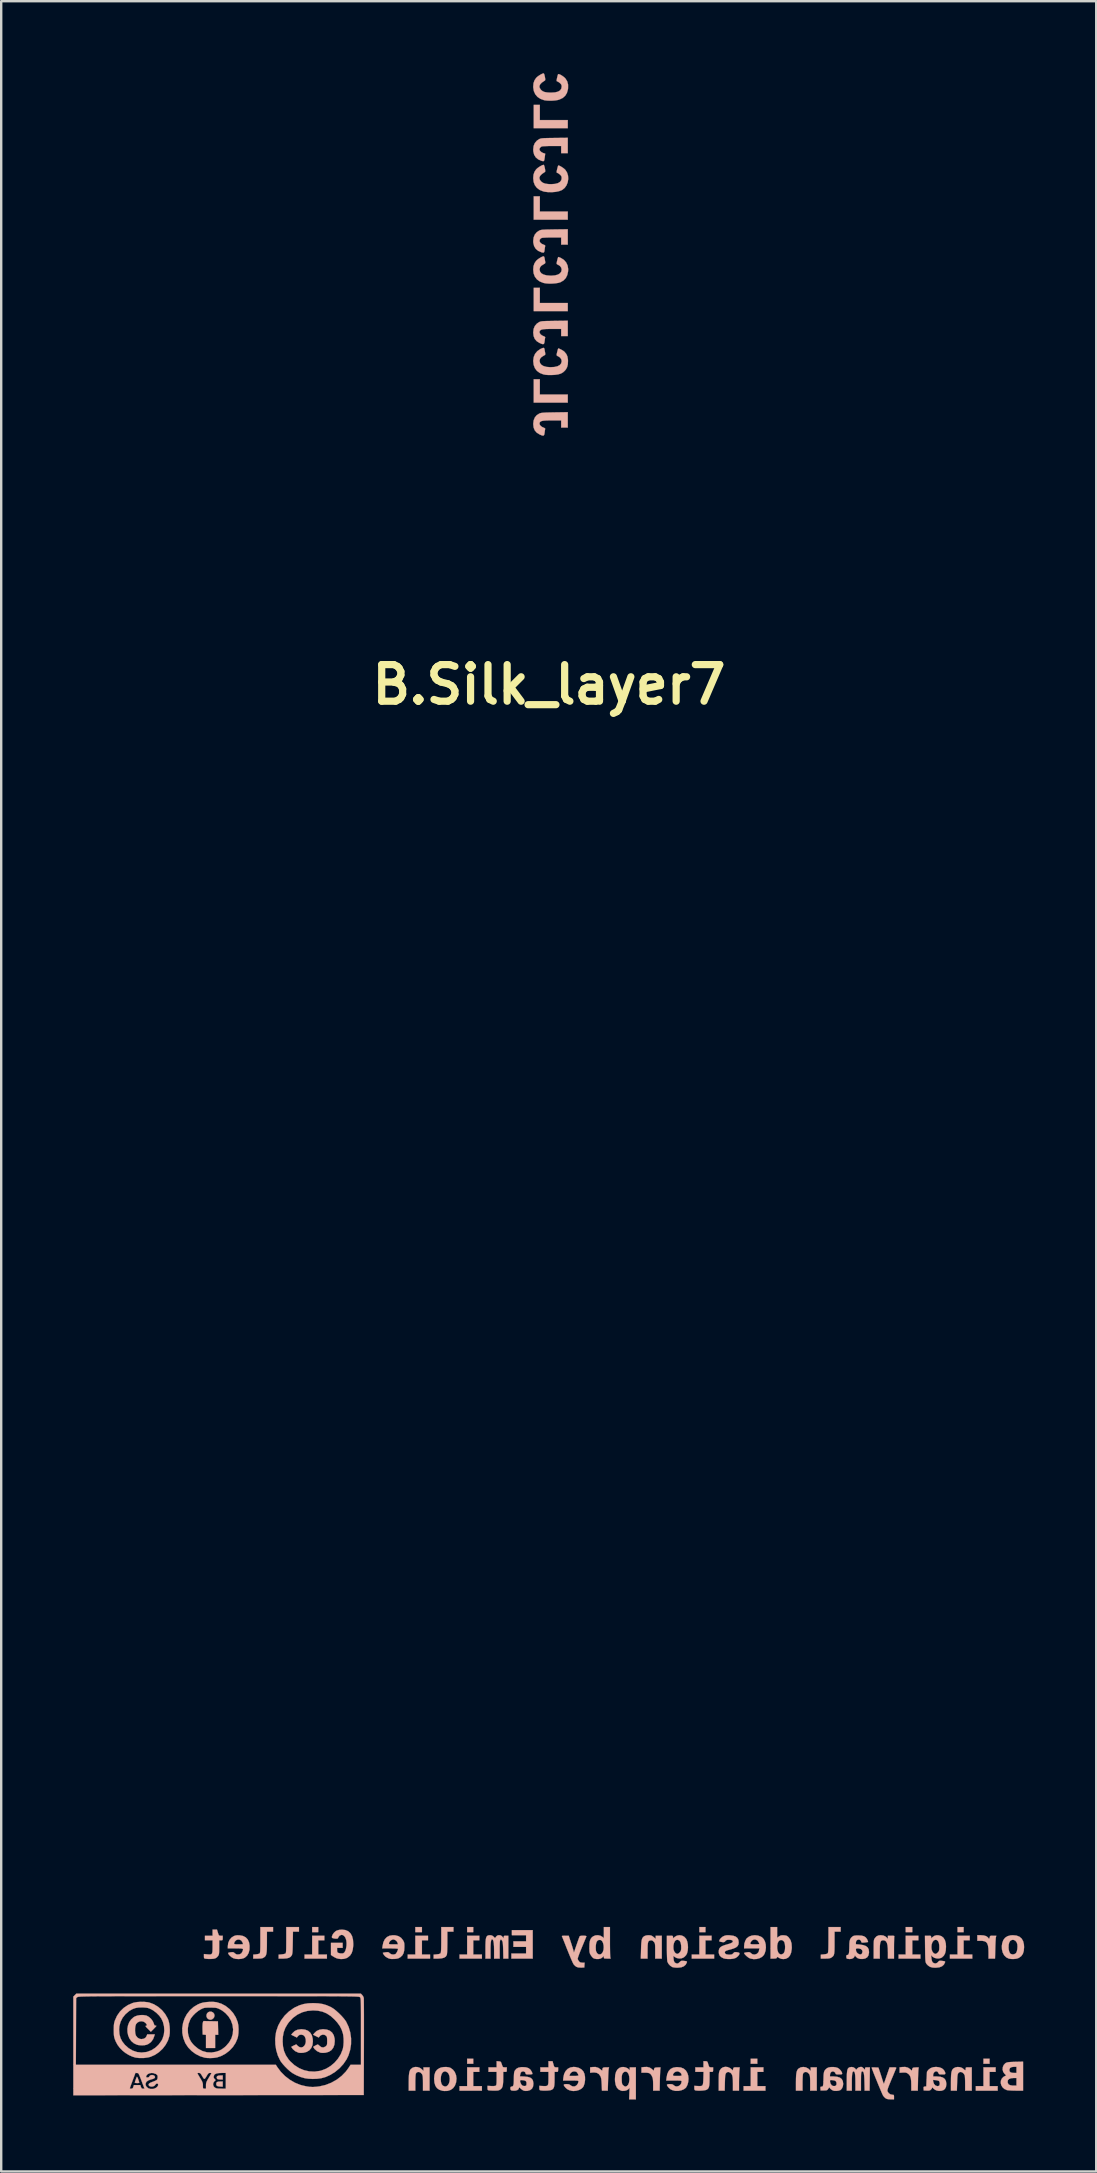
<source format=kicad_pcb>
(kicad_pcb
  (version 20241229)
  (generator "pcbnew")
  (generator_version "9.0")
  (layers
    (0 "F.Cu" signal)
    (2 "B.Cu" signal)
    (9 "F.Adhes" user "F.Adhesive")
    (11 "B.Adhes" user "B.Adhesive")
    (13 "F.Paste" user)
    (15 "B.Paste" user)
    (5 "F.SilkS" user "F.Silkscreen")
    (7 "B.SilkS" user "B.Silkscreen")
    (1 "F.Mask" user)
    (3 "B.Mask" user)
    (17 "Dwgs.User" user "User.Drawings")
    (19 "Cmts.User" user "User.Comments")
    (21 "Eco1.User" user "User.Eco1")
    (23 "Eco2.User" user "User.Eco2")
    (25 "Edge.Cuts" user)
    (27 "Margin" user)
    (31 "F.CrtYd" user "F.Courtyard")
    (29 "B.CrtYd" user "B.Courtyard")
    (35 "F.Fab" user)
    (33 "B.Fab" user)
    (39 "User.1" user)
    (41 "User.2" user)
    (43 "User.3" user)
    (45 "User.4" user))
  (footprint "B.Silk_layer7"
    (layer "F.Cu")
    (at 19.817 25.468)
    (property "Reference" "B.Silk_layer7" (at 0 0 0) (layer "F.SilkS") (effects (font (size 1.524 1.524) (thickness 0.3))))
    (attr through_hole)
    (fp_poly (pts (xy -9.61 51.964) (xy -9.864 51.964) (xy -9.864 51.752) (xy -9.61 51.752) (xy -9.61 51.964)) (stroke (width 0.01) (type solid)) (fill yes) (layer "B.SilkS"))
    (fp_poly (pts (xy -5.292 51.964) (xy -5.567 51.964) (xy -5.567 51.752) (xy -5.292 51.752) (xy -5.292 51.964)) (stroke (width 0.01) (type solid)) (fill yes) (layer "B.SilkS"))
    (fp_poly (pts (xy -3.154 51.964) (xy -3.408 51.964) (xy -3.408 51.752) (xy -3.154 51.752) (xy -3.154 51.964)) (stroke (width 0.01) (type solid)) (fill yes) (layer "B.SilkS"))
    (fp_poly (pts (xy -3.154 57.446) (xy -3.408 57.446) (xy -3.408 57.235) (xy -3.154 57.235) (xy -3.154 57.446)) (stroke (width 0.01) (type solid)) (fill yes) (layer "B.SilkS"))
    (fp_poly (pts (xy 6.519 51.964) (xy 6.265 51.964) (xy 6.265 51.752) (xy 6.519 51.752) (xy 6.519 51.964)) (stroke (width 0.01) (type solid)) (fill yes) (layer "B.SilkS"))
    (fp_poly (pts (xy 8.678 57.446) (xy 8.403 57.446) (xy 8.403 57.235) (xy 8.678 57.235) (xy 8.678 57.446)) (stroke (width 0.01) (type solid)) (fill yes) (layer "B.SilkS"))
    (fp_poly (pts (xy 15.134 51.964) (xy 14.859 51.964) (xy 14.859 51.752) (xy 15.134 51.752) (xy 15.134 51.964)) (stroke (width 0.01) (type solid)) (fill yes) (layer "B.SilkS"))
    (fp_poly (pts (xy 17.272 51.964) (xy 17.018 51.964) (xy 17.018 51.752) (xy 17.272 51.752) (xy 17.272 51.964)) (stroke (width 0.01) (type solid)) (fill yes) (layer "B.SilkS"))
    (fp_poly (pts (xy 18.352 57.446) (xy 18.098 57.446) (xy 18.098 57.235) (xy 18.352 57.235) (xy 18.352 57.446)) (stroke (width 0.01) (type solid)) (fill yes) (layer "B.SilkS"))
    (fp_poly (pts (xy -0.381 -23.516) (xy 0.783 -23.516) (xy 0.783 -23.177) (xy -0.635 -23.177) (xy -0.635 -24.151) (xy -0.381 -24.151) (xy -0.381 -23.516)) (stroke (width 0.01) (type solid)) (fill yes) (layer "B.SilkS"))
    (fp_poly (pts (xy -0.381 -19.706) (xy 0.783 -19.706) (xy 0.783 -19.367) (xy -0.635 -19.367) (xy -0.635 -20.341) (xy -0.381 -20.341) (xy -0.381 -19.706)) (stroke (width 0.01) (type solid)) (fill yes) (layer "B.SilkS"))
    (fp_poly (pts (xy -0.381 -15.896) (xy 0.783 -15.896) (xy 0.783 -15.557) (xy -0.635 -15.557) (xy -0.635 -16.531) (xy -0.381 -16.531) (xy -0.381 -15.896)) (stroke (width 0.01) (type solid)) (fill yes) (layer "B.SilkS"))
    (fp_poly (pts (xy -0.381 -12.086) (xy 0.783 -12.086) (xy 0.783 -11.748) (xy -0.635 -11.748) (xy -0.635 -12.721) (xy -0.381 -12.721) (xy -0.381 -12.086)) (stroke (width 0.01) (type solid)) (fill yes) (layer "B.SilkS"))
    (fp_poly (pts (xy -9.356 52.303) (xy -9.61 52.303) (xy -9.61 52.895) (xy -9.25 52.895) (xy -9.25 53.065) (xy -10.181 53.065) (xy -10.181 52.895) (xy -9.864 52.895) (xy -9.864 52.112) (xy -9.356 52.112) (xy -9.356 52.303)) (stroke (width 0.01) (type solid)) (fill yes) (layer "B.SilkS"))
    (fp_poly (pts (xy -5.038 52.303) (xy -5.292 52.303) (xy -5.292 52.895) (xy -4.953 52.895) (xy -4.953 53.065) (xy -5.884 53.065) (xy -5.884 52.895) (xy -5.567 52.895) (xy -5.567 52.112) (xy -5.038 52.112) (xy -5.038 52.303)) (stroke (width 0.01) (type solid)) (fill yes) (layer "B.SilkS"))
    (fp_poly (pts (xy -2.9 52.303) (xy -3.154 52.303) (xy -3.154 52.895) (xy -2.794 52.895) (xy -2.794 53.065) (xy -3.725 53.065) (xy -3.725 52.895) (xy -3.408 52.895) (xy -3.408 52.112) (xy -2.9 52.112) (xy -2.9 52.303)) (stroke (width 0.01) (type solid)) (fill yes) (layer "B.SilkS"))
    (fp_poly (pts (xy -2.9 57.785) (xy -3.154 57.785) (xy -3.154 58.378) (xy -2.794 58.378) (xy -2.794 58.568) (xy -3.725 58.568) (xy -3.725 58.378) (xy -3.408 58.378) (xy -3.408 57.594) (xy -2.9 57.594) (xy -2.9 57.785)) (stroke (width 0.01) (type solid)) (fill yes) (layer "B.SilkS"))
    (fp_poly (pts (xy 6.773 52.303) (xy 6.519 52.303) (xy 6.519 52.895) (xy 6.879 52.895) (xy 6.879 53.065) (xy 5.948 53.065) (xy 5.948 52.895) (xy 6.265 52.895) (xy 6.265 52.112) (xy 6.773 52.112) (xy 6.773 52.303)) (stroke (width 0.01) (type solid)) (fill yes) (layer "B.SilkS"))
    (fp_poly (pts (xy 8.932 57.785) (xy 8.678 57.785) (xy 8.678 58.378) (xy 9.017 58.378) (xy 9.017 58.568) (xy 8.107 58.568) (xy 8.107 58.378) (xy 8.403 58.378) (xy 8.403 57.594) (xy 8.932 57.594) (xy 8.932 57.785)) (stroke (width 0.01) (type solid)) (fill yes) (layer "B.SilkS"))
    (fp_poly (pts (xy 15.388 52.303) (xy 15.134 52.303) (xy 15.134 52.895) (xy 15.473 52.895) (xy 15.473 53.065) (xy 14.563 53.065) (xy 14.563 52.895) (xy 14.859 52.895) (xy 14.859 52.112) (xy 15.388 52.112) (xy 15.388 52.303)) (stroke (width 0.01) (type solid)) (fill yes) (layer "B.SilkS"))
    (fp_poly (pts (xy 17.526 52.303) (xy 17.272 52.303) (xy 17.272 52.895) (xy 17.632 52.895) (xy 17.632 53.065) (xy 16.701 53.065) (xy 16.701 52.895) (xy 17.018 52.895) (xy 17.018 52.112) (xy 17.526 52.112) (xy 17.526 52.303)) (stroke (width 0.01) (type solid)) (fill yes) (layer "B.SilkS"))
    (fp_poly (pts (xy 18.605 57.785) (xy 18.352 57.785) (xy 18.352 58.378) (xy 18.69 58.378) (xy 18.69 58.568) (xy 17.78 58.568) (xy 17.78 58.378) (xy 18.098 58.378) (xy 18.098 57.594) (xy 18.605 57.594) (xy 18.605 57.785)) (stroke (width 0.01) (type solid)) (fill yes) (layer "B.SilkS"))
    (fp_poly (pts (xy -13.589 58.102) (xy -13.691 58.102) (xy -13.756 58.097) (xy -13.805 58.085) (xy -13.818 58.077) (xy -13.84 58.036) (xy -13.843 58.018) (xy -13.827 57.97) (xy -13.777 57.942) (xy -13.691 57.933) (xy -13.589 57.933) (xy -13.589 58.102)) (stroke (width 0.01) (type solid)) (fill yes) (layer "B.SilkS"))
    (fp_poly (pts (xy -13.589 58.399) (xy -13.668 58.397) (xy -13.737 58.391) (xy -13.797 58.381) (xy -13.801 58.38) (xy -13.845 58.352) (xy -13.86 58.307) (xy -13.857 58.246) (xy -13.827 58.208) (xy -13.765 58.19) (xy -13.703 58.187) (xy -13.589 58.187) (xy -13.589 58.399)) (stroke (width 0.01) (type solid)) (fill yes) (layer "B.SilkS"))
    (fp_poly (pts (xy -0.677 53.065) (xy -1.566 53.065) (xy -1.566 52.853) (xy -0.953 52.853) (xy -0.953 52.578) (xy -1.482 52.578) (xy -1.482 52.345) (xy -0.953 52.345) (xy -0.953 52.091) (xy -1.545 52.091) (xy -1.545 51.88) (xy -0.677 51.88) (xy -0.677 53.065)) (stroke (width 0.01) (type solid)) (fill yes) (layer "B.SilkS"))
    (fp_poly (pts (xy -14.092 55.673) (xy -13.79 55.679) (xy -13.778 56.24) (xy -13.906 56.24) (xy -13.906 56.79) (xy -14.287 56.79) (xy -14.287 56.243) (xy -14.356 56.236) (xy -14.425 56.229) (xy -14.431 56.005) (xy -14.432 55.906) (xy -14.428 55.817) (xy -14.422 55.75) (xy -14.415 55.724) (xy -14.394 55.667) (xy -14.092 55.673)) (stroke (width 0.01) (type solid)) (fill yes) (layer "B.SilkS"))
    (fp_poly (pts (xy -13.995 55.308) (xy -13.95 55.361) (xy -13.931 55.428) (xy -13.943 55.499) (xy -13.975 55.549) (xy -14.04 55.601) (xy -14.109 55.614) (xy -14.173 55.596) (xy -14.233 55.55) (xy -14.264 55.487) (xy -14.267 55.416) (xy -14.243 55.349) (xy -14.192 55.298) (xy -14.141 55.277) (xy -14.061 55.277) (xy -13.995 55.308)) (stroke (width 0.01) (type solid)) (fill yes) (layer "B.SilkS"))
    (fp_poly (pts (xy -17.151 57.998) (xy -17.13 58.037) (xy -17.112 58.085) (xy -17.09 58.152) (xy -17.072 58.205) (xy -17.066 58.224) (xy -17.074 58.242) (xy -17.117 58.25) (xy -17.153 58.251) (xy -17.211 58.247) (xy -17.246 58.239) (xy -17.251 58.233) (xy -17.244 58.199) (xy -17.227 58.143) (xy -17.204 58.079) (xy -17.183 58.023) (xy -17.167 57.991) (xy -17.166 57.989) (xy -17.151 57.998)) (stroke (width 0.01) (type solid)) (fill yes) (layer "B.SilkS"))
    (fp_poly (pts (xy -3.979 51.943) (xy -4.233 51.943) (xy -4.233 52.395) (xy -4.235 52.558) (xy -4.238 52.697) (xy -4.243 52.807) (xy -4.25 52.882) (xy -4.257 52.914) (xy -4.297 52.981) (xy -4.368 53.027) (xy -4.471 53.055) (xy -4.609 53.065) (xy -4.624 53.065) (xy -4.805 53.065) (xy -4.805 52.901) (xy -4.673 52.889) (xy -4.583 52.876) (xy -4.529 52.854) (xy -4.515 52.84) (xy -4.506 52.816) (xy -4.499 52.771) (xy -4.493 52.698) (xy -4.49 52.596) (xy -4.488 52.46) (xy -4.487 52.285) (xy -4.487 52.278) (xy -4.487 51.752) (xy -3.979 51.752) (xy -3.979 51.943)) (stroke (width 0.01) (type solid)) (fill yes) (layer "B.SilkS"))
    (fp_poly (pts (xy -11.493 51.943) (xy -11.748 51.943) (xy -11.749 52.382) (xy -11.75 52.552) (xy -11.753 52.686) (xy -11.76 52.788) (xy -11.772 52.864) (xy -11.788 52.92) (xy -11.811 52.962) (xy -11.842 52.994) (xy -11.872 53.016) (xy -11.915 53.041) (xy -11.961 53.055) (xy -12.023 53.063) (xy -12.113 53.065) (xy -12.132 53.065) (xy -12.319 53.065) (xy -12.319 52.901) (xy -12.201 52.889) (xy -12.13 52.878) (xy -12.074 52.863) (xy -12.053 52.852) (xy -12.043 52.837) (xy -12.036 52.808) (xy -12.03 52.759) (xy -12.027 52.686) (xy -12.024 52.584) (xy -12.023 52.449) (xy -12.023 52.29) (xy -12.023 51.752) (xy -11.493 51.752) (xy -11.493 51.943)) (stroke (width 0.01) (type solid)) (fill yes) (layer "B.SilkS"))
    (fp_poly (pts (xy -10.414 51.943) (xy -10.664 51.943) (xy -10.672 52.403) (xy -10.675 52.561) (xy -10.678 52.682) (xy -10.683 52.772) (xy -10.689 52.837) (xy -10.698 52.884) (xy -10.708 52.917) (xy -10.715 52.93) (xy -10.762 52.991) (xy -10.831 53.032) (xy -10.927 53.056) (xy -11.057 53.065) (xy -11.079 53.065) (xy -11.261 53.065) (xy -11.261 52.901) (xy -11.133 52.89) (xy -11.059 52.879) (xy -11 52.865) (xy -10.974 52.853) (xy -10.964 52.838) (xy -10.957 52.81) (xy -10.951 52.763) (xy -10.947 52.693) (xy -10.945 52.596) (xy -10.944 52.465) (xy -10.943 52.297) (xy -10.943 52.29) (xy -10.943 51.752) (xy -10.414 51.752) (xy -10.414 51.943)) (stroke (width 0.01) (type solid)) (fill yes) (layer "B.SilkS"))
    (fp_poly (pts (xy 12.15 51.943) (xy 11.896 51.943) (xy 11.895 52.403) (xy 11.895 52.567) (xy 11.893 52.695) (xy 11.888 52.791) (xy 11.879 52.863) (xy 11.865 52.914) (xy 11.845 52.952) (xy 11.817 52.982) (xy 11.781 53.01) (xy 11.771 53.017) (xy 11.728 53.041) (xy 11.682 53.055) (xy 11.62 53.063) (xy 11.53 53.065) (xy 11.512 53.065) (xy 11.324 53.065) (xy 11.324 52.901) (xy 11.456 52.889) (xy 11.546 52.876) (xy 11.6 52.854) (xy 11.614 52.84) (xy 11.623 52.816) (xy 11.63 52.771) (xy 11.636 52.698) (xy 11.639 52.596) (xy 11.641 52.46) (xy 11.642 52.285) (xy 11.642 52.278) (xy 11.642 51.752) (xy 12.15 51.752) (xy 12.15 51.943)) (stroke (width 0.01) (type solid)) (fill yes) (layer "B.SilkS"))
    (fp_poly (pts (xy 18.109 52.101) (xy 18.21 52.13) (xy 18.278 52.177) (xy 18.292 52.195) (xy 18.321 52.233) (xy 18.341 52.23) (xy 18.357 52.187) (xy 18.359 52.176) (xy 18.368 52.141) (xy 18.385 52.122) (xy 18.42 52.114) (xy 18.484 52.112) (xy 18.502 52.112) (xy 18.632 52.112) (xy 18.617 52.171) (xy 18.611 52.209) (xy 18.606 52.283) (xy 18.6 52.383) (xy 18.595 52.504) (xy 18.591 52.635) (xy 18.591 52.647) (xy 18.58 53.065) (xy 18.309 53.065) (xy 18.309 52.809) (xy 18.304 52.65) (xy 18.288 52.528) (xy 18.257 52.439) (xy 18.21 52.379) (xy 18.142 52.343) (xy 18.051 52.326) (xy 17.989 52.324) (xy 17.843 52.324) (xy 17.843 52.091) (xy 17.982 52.091) (xy 18.109 52.101)) (stroke (width 0.01) (type solid)) (fill yes) (layer "B.SilkS"))
    (fp_poly (pts (xy 2.052 57.613) (xy 2.14 57.673) (xy 2.188 57.715) (xy 2.213 57.729) (xy 2.222 57.719) (xy 2.223 57.705) (xy 2.228 57.647) (xy 2.249 57.614) (xy 2.294 57.598) (xy 2.373 57.595) (xy 2.375 57.594) (xy 2.503 57.594) (xy 2.488 57.653) (xy 2.483 57.691) (xy 2.477 57.765) (xy 2.472 57.865) (xy 2.467 57.986) (xy 2.462 58.119) (xy 2.462 58.14) (xy 2.45 58.568) (xy 2.207 58.568) (xy 2.196 58.307) (xy 2.189 58.184) (xy 2.18 58.094) (xy 2.167 58.028) (xy 2.149 57.976) (xy 2.142 57.962) (xy 2.08 57.877) (xy 1.997 57.826) (xy 1.889 57.808) (xy 1.834 57.81) (xy 1.714 57.82) (xy 1.714 57.598) (xy 1.799 57.584) (xy 1.934 57.579) (xy 2.052 57.613)) (stroke (width 0.01) (type solid)) (fill yes) (layer "B.SilkS"))
    (fp_poly (pts (xy -5.471 57.584) (xy -5.372 57.619) (xy -5.302 57.671) (xy -5.228 57.744) (xy -5.228 57.594) (xy -4.974 57.594) (xy -4.974 58.568) (xy -5.249 58.568) (xy -5.249 58.256) (xy -5.25 58.131) (xy -5.253 58.04) (xy -5.258 57.976) (xy -5.267 57.931) (xy -5.28 57.896) (xy -5.291 57.876) (xy -5.343 57.819) (xy -5.407 57.79) (xy -5.47 57.791) (xy -5.522 57.822) (xy -5.547 57.862) (xy -5.554 57.901) (xy -5.56 57.974) (xy -5.564 58.071) (xy -5.567 58.184) (xy -5.567 58.241) (xy -5.567 58.568) (xy -5.842 58.568) (xy -5.842 58.224) (xy -5.84 58.059) (xy -5.834 57.93) (xy -5.823 57.832) (xy -5.805 57.758) (xy -5.781 57.702) (xy -5.752 57.664) (xy -5.672 57.606) (xy -5.574 57.579) (xy -5.471 57.584)) (stroke (width 0.01) (type solid)) (fill yes) (layer "B.SilkS"))
    (fp_poly (pts (xy 14.953 57.607) (xy 15.044 57.669) (xy 15.113 57.738) (xy 15.13 57.672) (xy 15.142 57.635) (xy 15.16 57.615) (xy 15.196 57.605) (xy 15.261 57.6) (xy 15.281 57.599) (xy 15.353 57.596) (xy 15.391 57.599) (xy 15.403 57.61) (xy 15.397 57.63) (xy 15.392 57.662) (xy 15.386 57.73) (xy 15.381 57.826) (xy 15.376 57.943) (xy 15.372 58.076) (xy 15.372 58.118) (xy 15.363 58.568) (xy 15.092 58.568) (xy 15.091 58.319) (xy 15.087 58.169) (xy 15.072 58.053) (xy 15.045 57.966) (xy 15.003 57.901) (xy 14.945 57.851) (xy 14.94 57.848) (xy 14.889 57.822) (xy 14.835 57.811) (xy 14.758 57.812) (xy 14.737 57.813) (xy 14.605 57.822) (xy 14.605 57.597) (xy 14.699 57.583) (xy 14.837 57.578) (xy 14.953 57.607)) (stroke (width 0.01) (type solid)) (fill yes) (layer "B.SilkS"))
    (fp_poly (pts (xy 4.2 57.607) (xy 4.291 57.669) (xy 4.36 57.738) (xy 4.377 57.672) (xy 4.389 57.635) (xy 4.407 57.615) (xy 4.443 57.605) (xy 4.508 57.6) (xy 4.528 57.599) (xy 4.6 57.596) (xy 4.638 57.599) (xy 4.651 57.61) (xy 4.645 57.63) (xy 4.64 57.662) (xy 4.634 57.73) (xy 4.629 57.826) (xy 4.624 57.943) (xy 4.62 58.076) (xy 4.619 58.118) (xy 4.61 58.568) (xy 4.339 58.568) (xy 4.339 58.319) (xy 4.337 58.199) (xy 4.331 58.112) (xy 4.321 58.048) (xy 4.304 57.996) (xy 4.299 57.986) (xy 4.256 57.906) (xy 4.208 57.855) (xy 4.144 57.828) (xy 4.053 57.817) (xy 4.009 57.817) (xy 3.852 57.817) (xy 3.852 57.707) (xy 3.852 57.597) (xy 3.946 57.583) (xy 4.084 57.578) (xy 4.2 57.607)) (stroke (width 0.01) (type solid)) (fill yes) (layer "B.SilkS"))
    (fp_poly (pts (xy 10.699 57.595) (xy 10.796 57.644) (xy 10.841 57.683) (xy 10.901 57.747) (xy 10.901 57.594) (xy 11.155 57.594) (xy 11.155 58.568) (xy 10.88 58.568) (xy 10.88 58.256) (xy 10.879 58.131) (xy 10.876 58.04) (xy 10.871 57.976) (xy 10.862 57.931) (xy 10.849 57.896) (xy 10.838 57.876) (xy 10.786 57.819) (xy 10.722 57.79) (xy 10.659 57.791) (xy 10.607 57.822) (xy 10.582 57.862) (xy 10.575 57.901) (xy 10.569 57.974) (xy 10.565 58.071) (xy 10.562 58.184) (xy 10.562 58.241) (xy 10.562 58.568) (xy 10.287 58.568) (xy 10.287 58.228) (xy 10.289 58.061) (xy 10.295 57.931) (xy 10.307 57.831) (xy 10.325 57.756) (xy 10.35 57.7) (xy 10.384 57.658) (xy 10.396 57.648) (xy 10.488 57.596) (xy 10.593 57.579) (xy 10.699 57.595)) (stroke (width 0.01) (type solid)) (fill yes) (layer "B.SilkS"))
    (fp_poly (pts (xy 4.223 52.097) (xy 4.282 52.115) (xy 4.33 52.146) (xy 4.383 52.189) (xy 4.387 52.193) (xy 4.445 52.247) (xy 4.445 52.112) (xy 4.699 52.112) (xy 4.699 53.065) (xy 4.424 53.065) (xy 4.424 52.749) (xy 4.424 52.627) (xy 4.422 52.54) (xy 4.418 52.479) (xy 4.411 52.438) (xy 4.399 52.408) (xy 4.381 52.382) (xy 4.368 52.367) (xy 4.323 52.323) (xy 4.278 52.306) (xy 4.236 52.307) (xy 4.192 52.315) (xy 4.159 52.333) (xy 4.136 52.366) (xy 4.121 52.421) (xy 4.112 52.503) (xy 4.108 52.617) (xy 4.107 52.742) (xy 4.106 53.065) (xy 3.826 53.065) (xy 3.835 52.689) (xy 3.84 52.529) (xy 3.848 52.405) (xy 3.86 52.311) (xy 3.878 52.242) (xy 3.904 52.192) (xy 3.938 52.155) (xy 3.978 52.127) (xy 4.048 52.102) (xy 4.136 52.092) (xy 4.223 52.097)) (stroke (width 0.01) (type solid)) (fill yes) (layer "B.SilkS"))
    (fp_poly (pts (xy 0.783 -22.14) (xy 0.508 -22.14) (xy 0.508 -22.437) (xy 0.128 -22.437) (xy 0.002 -22.436) (xy -0.113 -22.432) (xy -0.208 -22.428) (xy -0.276 -22.422) (xy -0.306 -22.416) (xy -0.356 -22.381) (xy -0.385 -22.341) (xy -0.398 -22.297) (xy -0.385 -22.257) (xy -0.367 -22.23) (xy -0.318 -22.185) (xy -0.253 -22.149) (xy -0.241 -22.145) (xy -0.157 -22.118) (xy -0.177 -21.96) (xy -0.19 -21.875) (xy -0.204 -21.826) (xy -0.228 -21.806) (xy -0.268 -21.808) (xy -0.318 -21.821) (xy -0.451 -21.88) (xy -0.552 -21.965) (xy -0.619 -22.076) (xy -0.652 -22.212) (xy -0.656 -22.288) (xy -0.64 -22.436) (xy -0.59 -22.558) (xy -0.507 -22.656) (xy -0.415 -22.718) (xy -0.387 -22.732) (xy -0.357 -22.743) (xy -0.32 -22.752) (xy -0.27 -22.758) (xy -0.202 -22.763) (xy -0.111 -22.766) (xy 0.01 -22.769) (xy 0.166 -22.771) (xy 0.228 -22.772) (xy 0.783 -22.778) (xy 0.783 -22.14)) (stroke (width 0.01) (type solid)) (fill yes) (layer "B.SilkS"))
    (fp_poly (pts (xy 0.783 -10.71) (xy 0.508 -10.71) (xy 0.508 -11.007) (xy 0.126 -11.007) (xy -0.033 -11.005) (xy -0.156 -11.001) (xy -0.246 -10.992) (xy -0.31 -10.978) (xy -0.352 -10.957) (xy -0.379 -10.929) (xy -0.392 -10.899) (xy -0.39 -10.842) (xy -0.353 -10.785) (xy -0.289 -10.735) (xy -0.236 -10.711) (xy -0.181 -10.686) (xy -0.157 -10.661) (xy -0.157 -10.654) (xy -0.165 -10.62) (xy -0.174 -10.559) (xy -0.181 -10.5) (xy -0.193 -10.426) (xy -0.213 -10.384) (xy -0.249 -10.371) (xy -0.306 -10.385) (xy -0.392 -10.422) (xy -0.509 -10.495) (xy -0.592 -10.591) (xy -0.64 -10.711) (xy -0.656 -10.857) (xy -0.656 -10.858) (xy -0.639 -11.006) (xy -0.589 -11.129) (xy -0.507 -11.227) (xy -0.397 -11.295) (xy -0.363 -11.307) (xy -0.323 -11.316) (xy -0.27 -11.324) (xy -0.198 -11.329) (xy -0.103 -11.334) (xy 0.022 -11.337) (xy 0.182 -11.34) (xy 0.238 -11.341) (xy 0.783 -11.349) (xy 0.783 -10.71)) (stroke (width 0.01) (type solid)) (fill yes) (layer "B.SilkS"))
    (fp_poly (pts (xy 17.122 57.588) (xy 17.216 57.623) (xy 17.276 57.67) (xy 17.321 57.71) (xy 17.346 57.716) (xy 17.356 57.685) (xy 17.357 57.658) (xy 17.358 57.623) (xy 17.37 57.604) (xy 17.402 57.596) (xy 17.463 57.595) (xy 17.484 57.594) (xy 17.611 57.594) (xy 17.611 58.568) (xy 17.335 58.568) (xy 17.335 58.273) (xy 17.334 58.161) (xy 17.33 58.061) (xy 17.325 57.981) (xy 17.318 57.932) (xy 17.316 57.926) (xy 17.273 57.854) (xy 17.215 57.806) (xy 17.152 57.787) (xy 17.091 57.799) (xy 17.047 57.84) (xy 17.032 57.87) (xy 17.021 57.915) (xy 17.013 57.98) (xy 17.007 58.073) (xy 17.002 58.201) (xy 17.001 58.231) (xy 16.991 58.568) (xy 16.743 58.568) (xy 16.743 58.214) (xy 16.745 58.05) (xy 16.75 57.923) (xy 16.76 57.826) (xy 16.776 57.754) (xy 16.799 57.7) (xy 16.829 57.658) (xy 16.842 57.646) (xy 16.922 57.599) (xy 17.019 57.58) (xy 17.122 57.588)) (stroke (width 0.01) (type solid)) (fill yes) (layer "B.SilkS"))
    (fp_poly (pts (xy 0.185 57.467) (xy 0.206 57.537) (xy 0.225 57.575) (xy 0.249 57.591) (xy 0.287 57.594) (xy 0.302 57.594) (xy 0.381 57.594) (xy 0.381 57.69) (xy 0.379 57.748) (xy 0.369 57.776) (xy 0.34 57.784) (xy 0.307 57.785) (xy 0.233 57.785) (xy 0.233 58.082) (xy 0.231 58.226) (xy 0.224 58.334) (xy 0.21 58.412) (xy 0.187 58.467) (xy 0.153 58.505) (xy 0.107 58.533) (xy 0.095 58.538) (xy 0.037 58.552) (xy -0.048 58.561) (xy -0.147 58.565) (xy -0.247 58.564) (xy -0.333 58.557) (xy -0.355 58.553) (xy -0.385 58.541) (xy -0.399 58.511) (xy -0.402 58.455) (xy -0.402 58.366) (xy -0.247 58.374) (xy -0.163 58.377) (xy -0.102 58.371) (xy -0.062 58.352) (xy -0.038 58.312) (xy -0.026 58.247) (xy -0.022 58.149) (xy -0.021 58.048) (xy -0.021 57.785) (xy -0.36 57.785) (xy -0.36 57.594) (xy -0.021 57.594) (xy -0.021 57.34) (xy 0.148 57.34) (xy 0.185 57.467)) (stroke (width 0.01) (type solid)) (fill yes) (layer "B.SilkS"))
    (fp_poly (pts (xy 0.783 -18.33) (xy 0.508 -18.33) (xy 0.508 -18.627) (xy 0.128 -18.627) (xy 0.002 -18.626) (xy -0.113 -18.622) (xy -0.208 -18.618) (xy -0.276 -18.612) (xy -0.306 -18.606) (xy -0.356 -18.571) (xy -0.385 -18.531) (xy -0.392 -18.471) (xy -0.362 -18.412) (xy -0.299 -18.361) (xy -0.235 -18.333) (xy -0.175 -18.307) (xy -0.155 -18.282) (xy -0.156 -18.276) (xy -0.164 -18.241) (xy -0.174 -18.179) (xy -0.181 -18.12) (xy -0.192 -18.045) (xy -0.21 -18.005) (xy -0.241 -17.994) (xy -0.296 -18.005) (xy -0.318 -18.011) (xy -0.451 -18.07) (xy -0.552 -18.155) (xy -0.619 -18.266) (xy -0.652 -18.402) (xy -0.656 -18.479) (xy -0.64 -18.626) (xy -0.59 -18.748) (xy -0.507 -18.846) (xy -0.415 -18.908) (xy -0.387 -18.922) (xy -0.356 -18.933) (xy -0.319 -18.941) (xy -0.269 -18.948) (xy -0.2 -18.952) (xy -0.108 -18.956) (xy 0.014 -18.958) (xy 0.171 -18.961) (xy 0.228 -18.962) (xy 0.783 -18.969) (xy 0.783 -18.33)) (stroke (width 0.01) (type solid)) (fill yes) (layer "B.SilkS"))
    (fp_poly (pts (xy 0.783 -14.52) (xy 0.508 -14.52) (xy 0.508 -14.817) (xy 0.126 -14.817) (xy -0.033 -14.815) (xy -0.156 -14.811) (xy -0.246 -14.802) (xy -0.31 -14.788) (xy -0.352 -14.767) (xy -0.379 -14.739) (xy -0.392 -14.709) (xy -0.39 -14.652) (xy -0.353 -14.595) (xy -0.289 -14.545) (xy -0.236 -14.521) (xy -0.181 -14.496) (xy -0.157 -14.471) (xy -0.157 -14.464) (xy -0.165 -14.43) (xy -0.174 -14.369) (xy -0.181 -14.31) (xy -0.193 -14.236) (xy -0.213 -14.194) (xy -0.249 -14.181) (xy -0.306 -14.195) (xy -0.392 -14.232) (xy -0.509 -14.305) (xy -0.592 -14.401) (xy -0.64 -14.521) (xy -0.656 -14.667) (xy -0.656 -14.668) (xy -0.64 -14.816) (xy -0.59 -14.938) (xy -0.507 -15.036) (xy -0.415 -15.098) (xy -0.387 -15.112) (xy -0.356 -15.123) (xy -0.319 -15.131) (xy -0.269 -15.138) (xy -0.2 -15.142) (xy -0.108 -15.146) (xy 0.014 -15.148) (xy 0.171 -15.151) (xy 0.228 -15.152) (xy 0.783 -15.159) (xy 0.783 -14.52)) (stroke (width 0.01) (type solid)) (fill yes) (layer "B.SilkS"))
    (fp_poly (pts (xy -13.79 51.985) (xy -13.768 52.055) (xy -13.749 52.092) (xy -13.725 52.109) (xy -13.687 52.112) (xy -13.67 52.112) (xy -13.589 52.112) (xy -13.589 52.208) (xy -13.591 52.266) (xy -13.601 52.294) (xy -13.63 52.302) (xy -13.663 52.303) (xy -13.737 52.303) (xy -13.737 52.596) (xy -13.738 52.715) (xy -13.74 52.8) (xy -13.745 52.859) (xy -13.754 52.901) (xy -13.769 52.934) (xy -13.786 52.961) (xy -13.84 53.019) (xy -13.905 53.058) (xy -13.907 53.058) (xy -13.979 53.073) (xy -14.078 53.08) (xy -14.19 53.08) (xy -14.302 53.071) (xy -14.303 53.071) (xy -14.346 53.062) (xy -14.366 53.043) (xy -14.372 53.001) (xy -14.372 52.969) (xy -14.372 52.876) (xy -14.238 52.888) (xy -14.153 52.895) (xy -14.093 52.892) (xy -14.053 52.874) (xy -14.029 52.836) (xy -14.017 52.77) (xy -14.013 52.673) (xy -14.012 52.577) (xy -14.012 52.303) (xy -14.33 52.303) (xy -14.33 52.112) (xy -14.012 52.112) (xy -14.012 51.858) (xy -13.829 51.858) (xy -13.79 51.985)) (stroke (width 0.01) (type solid)) (fill yes) (layer "B.SilkS"))
    (fp_poly (pts (xy 13.927 52.104) (xy 14.015 52.144) (xy 14.066 52.189) (xy 14.118 52.246) (xy 14.118 52.112) (xy 14.258 52.112) (xy 14.333 52.114) (xy 14.373 52.119) (xy 14.387 52.131) (xy 14.385 52.146) (xy 14.381 52.176) (xy 14.378 52.242) (xy 14.375 52.337) (xy 14.373 52.453) (xy 14.372 52.585) (xy 14.372 52.622) (xy 14.372 53.065) (xy 14.118 53.065) (xy 14.118 52.806) (xy 14.114 52.64) (xy 14.101 52.512) (xy 14.078 52.418) (xy 14.043 52.354) (xy 13.995 52.317) (xy 13.932 52.303) (xy 13.916 52.303) (xy 13.87 52.309) (xy 13.836 52.33) (xy 13.811 52.371) (xy 13.794 52.436) (xy 13.784 52.532) (xy 13.78 52.661) (xy 13.78 52.757) (xy 13.78 53.065) (xy 13.525 53.065) (xy 13.525 52.676) (xy 13.526 52.538) (xy 13.527 52.436) (xy 13.53 52.362) (xy 13.535 52.31) (xy 13.544 52.273) (xy 13.557 52.244) (xy 13.574 52.217) (xy 13.574 52.216) (xy 13.641 52.141) (xy 13.724 52.102) (xy 13.815 52.091) (xy 13.927 52.104)) (stroke (width 0.01) (type solid)) (fill yes) (layer "B.SilkS"))
    (fp_poly (pts (xy 7.445 57.583) (xy 7.543 57.626) (xy 7.602 57.672) (xy 7.658 57.725) (xy 7.672 57.66) (xy 7.682 57.624) (xy 7.699 57.604) (xy 7.734 57.596) (xy 7.799 57.595) (xy 7.815 57.594) (xy 7.944 57.594) (xy 7.93 57.756) (xy 7.925 57.838) (xy 7.921 57.948) (xy 7.918 58.076) (xy 7.916 58.206) (xy 7.916 58.243) (xy 7.916 58.568) (xy 7.662 58.568) (xy 7.662 58.282) (xy 7.66 58.135) (xy 7.652 58.024) (xy 7.637 57.942) (xy 7.613 57.883) (xy 7.579 57.84) (xy 7.554 57.82) (xy 7.483 57.788) (xy 7.42 57.796) (xy 7.372 57.842) (xy 7.357 57.872) (xy 7.346 57.912) (xy 7.338 57.971) (xy 7.333 58.055) (xy 7.329 58.172) (xy 7.327 58.234) (xy 7.32 58.568) (xy 7.07 58.568) (xy 7.07 58.192) (xy 7.071 58.053) (xy 7.073 57.948) (xy 7.077 57.871) (xy 7.084 57.814) (xy 7.095 57.77) (xy 7.11 57.731) (xy 7.112 57.726) (xy 7.169 57.645) (xy 7.249 57.594) (xy 7.344 57.573) (xy 7.445 57.583)) (stroke (width 0.01) (type solid)) (fill yes) (layer "B.SilkS"))
    (fp_poly (pts (xy -10.159 56.024) (xy -10.036 56.072) (xy -9.942 56.152) (xy -9.877 56.262) (xy -9.841 56.402) (xy -9.834 56.518) (xy -9.851 56.667) (xy -9.902 56.79) (xy -9.984 56.887) (xy -10.094 56.953) (xy -10.231 56.988) (xy -10.255 56.99) (xy -10.334 56.993) (xy -10.402 56.99) (xy -10.435 56.983) (xy -10.567 56.924) (xy -10.664 56.842) (xy -10.677 56.825) (xy -10.711 56.779) (xy -10.73 56.749) (xy -10.732 56.744) (xy -10.714 56.73) (xy -10.669 56.706) (xy -10.629 56.686) (xy -10.527 56.638) (xy -10.462 56.704) (xy -10.389 56.754) (xy -10.317 56.767) (xy -10.25 56.747) (xy -10.193 56.699) (xy -10.151 56.627) (xy -10.129 56.537) (xy -10.132 56.433) (xy -10.137 56.406) (xy -10.172 56.314) (xy -10.227 56.257) (xy -10.306 56.234) (xy -10.319 56.234) (xy -10.384 56.241) (xy -10.434 56.274) (xy -10.45 56.292) (xy -10.503 56.353) (xy -10.619 56.295) (xy -10.736 56.238) (xy -10.684 56.171) (xy -10.59 56.083) (xy -10.471 56.028) (xy -10.328 56.008) (xy -10.31 56.007) (xy -10.159 56.024)) (stroke (width 0.01) (type solid)) (fill yes) (layer "B.SilkS"))
    (fp_poly (pts (xy 6.561 57.342) (xy 6.588 57.353) (xy 6.608 57.383) (xy 6.628 57.442) (xy 6.636 57.468) (xy 6.658 57.537) (xy 6.676 57.575) (xy 6.7 57.591) (xy 6.739 57.594) (xy 6.756 57.594) (xy 6.837 57.594) (xy 6.837 57.69) (xy 6.835 57.748) (xy 6.825 57.776) (xy 6.796 57.784) (xy 6.763 57.785) (xy 6.689 57.785) (xy 6.689 58.071) (xy 6.687 58.216) (xy 6.679 58.325) (xy 6.665 58.404) (xy 6.642 58.461) (xy 6.608 58.501) (xy 6.561 58.53) (xy 6.556 58.533) (xy 6.499 58.549) (xy 6.414 58.56) (xy 6.315 58.566) (xy 6.216 58.567) (xy 6.131 58.561) (xy 6.091 58.554) (xy 6.065 58.535) (xy 6.055 58.489) (xy 6.054 58.455) (xy 6.054 58.366) (xy 6.208 58.374) (xy 6.288 58.377) (xy 6.345 58.371) (xy 6.384 58.352) (xy 6.408 58.312) (xy 6.421 58.247) (xy 6.428 58.15) (xy 6.432 58.046) (xy 6.439 57.785) (xy 6.096 57.785) (xy 6.096 57.594) (xy 6.435 57.594) (xy 6.435 57.34) (xy 6.516 57.34) (xy 6.561 57.342)) (stroke (width 0.01) (type solid)) (fill yes) (layer "B.SilkS"))
    (fp_poly (pts (xy -4.166 57.595) (xy -4.099 57.619) (xy -3.999 57.693) (xy -3.921 57.796) (xy -3.871 57.922) (xy -3.852 58.059) (xy -3.852 58.063) (xy -3.869 58.222) (xy -3.917 58.356) (xy -3.993 58.461) (xy -4.095 58.535) (xy -4.22 58.576) (xy -4.365 58.581) (xy -4.445 58.57) (xy -4.569 58.529) (xy -4.664 58.461) (xy -4.73 58.365) (xy -4.77 58.238) (xy -4.784 58.078) (xy -4.784 58.077) (xy -4.508 58.077) (xy -4.499 58.205) (xy -4.471 58.297) (xy -4.423 58.356) (xy -4.406 58.367) (xy -4.334 58.394) (xy -4.275 58.386) (xy -4.214 58.341) (xy -4.214 58.34) (xy -4.167 58.267) (xy -4.14 58.171) (xy -4.133 58.065) (xy -4.146 57.96) (xy -4.178 57.87) (xy -4.223 57.811) (xy -4.295 57.769) (xy -4.362 57.766) (xy -4.42 57.798) (xy -4.466 57.862) (xy -4.497 57.955) (xy -4.508 58.074) (xy -4.508 58.077) (xy -4.784 58.077) (xy -4.784 58.067) (xy -4.771 57.912) (xy -4.731 57.789) (xy -4.662 57.696) (xy -4.564 57.63) (xy -4.49 57.602) (xy -4.384 57.583) (xy -4.271 57.581) (xy -4.166 57.595)) (stroke (width 0.01) (type solid)) (fill yes) (layer "B.SilkS"))
    (fp_poly (pts (xy -2.092 57.345) (xy -2.042 57.35) (xy -2.012 57.364) (xy -1.991 57.396) (xy -1.969 57.456) (xy -1.963 57.473) (xy -1.94 57.54) (xy -1.92 57.576) (xy -1.894 57.591) (xy -1.852 57.594) (xy -1.84 57.594) (xy -1.757 57.594) (xy -1.757 57.69) (xy -1.758 57.748) (xy -1.769 57.776) (xy -1.798 57.784) (xy -1.831 57.785) (xy -1.905 57.785) (xy -1.906 58.055) (xy -1.909 58.2) (xy -1.918 58.309) (xy -1.934 58.39) (xy -1.959 58.449) (xy -1.996 58.493) (xy -2.03 58.52) (xy -2.072 58.544) (xy -2.117 58.558) (xy -2.177 58.565) (xy -2.264 58.566) (xy -2.284 58.565) (xy -2.373 58.563) (xy -2.451 58.559) (xy -2.504 58.555) (xy -2.514 58.553) (xy -2.544 58.541) (xy -2.558 58.511) (xy -2.561 58.455) (xy -2.561 58.366) (xy -2.402 58.374) (xy -2.296 58.375) (xy -2.23 58.365) (xy -2.212 58.356) (xy -2.198 58.336) (xy -2.189 58.297) (xy -2.183 58.234) (xy -2.181 58.139) (xy -2.18 58.058) (xy -2.18 57.785) (xy -2.519 57.785) (xy -2.519 57.594) (xy -2.18 57.594) (xy -2.18 57.338) (xy -2.092 57.345)) (stroke (width 0.01) (type solid)) (fill yes) (layer "B.SilkS"))
    (fp_poly (pts (xy 19.471 52.106) (xy 19.592 52.151) (xy 19.685 52.227) (xy 19.748 52.334) (xy 19.783 52.471) (xy 19.79 52.589) (xy 19.778 52.742) (xy 19.741 52.864) (xy 19.677 52.958) (xy 19.583 53.029) (xy 19.532 53.053) (xy 19.455 53.073) (xy 19.355 53.083) (xy 19.251 53.081) (xy 19.163 53.068) (xy 19.151 53.065) (xy 19.045 53.012) (xy 18.96 52.927) (xy 18.901 52.815) (xy 18.868 52.682) (xy 18.865 52.578) (xy 19.143 52.578) (xy 19.149 52.679) (xy 19.169 52.77) (xy 19.202 52.84) (xy 19.226 52.865) (xy 19.297 52.891) (xy 19.374 52.885) (xy 19.441 52.848) (xy 19.459 52.828) (xy 19.489 52.763) (xy 19.508 52.671) (xy 19.515 52.568) (xy 19.508 52.469) (xy 19.506 52.46) (xy 19.475 52.376) (xy 19.421 52.317) (xy 19.355 52.286) (xy 19.284 52.287) (xy 19.217 52.325) (xy 19.211 52.331) (xy 19.173 52.392) (xy 19.151 52.478) (xy 19.143 52.578) (xy 18.865 52.578) (xy 18.864 52.533) (xy 18.88 52.424) (xy 18.924 52.296) (xy 18.998 52.199) (xy 19.1 52.132) (xy 19.23 52.098) (xy 19.321 52.092) (xy 19.471 52.106)) (stroke (width 0.01) (type solid)) (fill yes) (layer "B.SilkS"))
    (fp_poly (pts (xy -9.252 56.023) (xy -9.127 56.071) (xy -9.032 56.149) (xy -8.965 56.258) (xy -8.93 56.396) (xy -8.923 56.495) (xy -8.938 56.65) (xy -8.985 56.778) (xy -9.062 56.878) (xy -9.168 56.947) (xy -9.301 56.985) (xy -9.345 56.99) (xy -9.423 56.993) (xy -9.492 56.99) (xy -9.525 56.983) (xy -9.659 56.922) (xy -9.759 56.836) (xy -9.77 56.821) (xy -9.803 56.775) (xy -9.819 56.746) (xy -9.819 56.74) (xy -9.783 56.718) (xy -9.732 56.689) (xy -9.679 56.662) (xy -9.641 56.645) (xy -9.631 56.642) (xy -9.606 56.656) (xy -9.565 56.69) (xy -9.549 56.706) (xy -9.475 56.757) (xy -9.397 56.767) (xy -9.32 56.734) (xy -9.299 56.718) (xy -9.269 56.69) (xy -9.251 56.66) (xy -9.242 56.617) (xy -9.24 56.55) (xy -9.239 56.496) (xy -9.241 56.407) (xy -9.247 56.349) (xy -9.261 56.311) (xy -9.283 56.281) (xy -9.284 56.281) (xy -9.352 56.24) (xy -9.43 56.233) (xy -9.504 56.26) (xy -9.54 56.292) (xy -9.592 56.353) (xy -9.709 56.295) (xy -9.826 56.238) (xy -9.773 56.171) (xy -9.68 56.083) (xy -9.561 56.028) (xy -9.42 56.007) (xy -9.405 56.007) (xy -9.252 56.023)) (stroke (width 0.01) (type solid)) (fill yes) (layer "B.SilkS"))
    (fp_poly (pts (xy 3.204 57.603) (xy 3.283 57.64) (xy 3.334 57.686) (xy 3.355 57.714) (xy 3.364 57.709) (xy 3.365 57.667) (xy 3.365 57.663) (xy 3.365 57.594) (xy 3.619 57.594) (xy 3.619 58.928) (xy 3.339 58.928) (xy 3.357 58.448) (xy 3.314 58.499) (xy 3.25 58.545) (xy 3.162 58.572) (xy 3.067 58.578) (xy 3.009 58.569) (xy 2.907 58.522) (xy 2.831 58.444) (xy 2.779 58.332) (xy 2.752 58.186) (xy 2.748 58.084) (xy 3.029 58.084) (xy 3.03 58.12) (xy 3.035 58.209) (xy 3.043 58.266) (xy 3.056 58.303) (xy 3.079 58.332) (xy 3.097 58.348) (xy 3.148 58.386) (xy 3.186 58.397) (xy 3.229 58.382) (xy 3.24 58.377) (xy 3.295 58.324) (xy 3.332 58.238) (xy 3.349 58.122) (xy 3.351 58.081) (xy 3.341 57.966) (xy 3.313 57.873) (xy 3.27 57.808) (xy 3.217 57.775) (xy 3.156 57.777) (xy 3.122 57.794) (xy 3.076 57.835) (xy 3.047 57.892) (xy 3.032 57.972) (xy 3.029 58.084) (xy 2.748 58.084) (xy 2.748 58.084) (xy 2.759 57.915) (xy 2.795 57.781) (xy 2.856 57.681) (xy 2.941 57.614) (xy 3.034 57.583) (xy 3.116 57.582) (xy 3.204 57.603)) (stroke (width 0.01) (type solid)) (fill yes) (layer "B.SilkS"))
    (fp_poly (pts (xy 9.504 52.196) (xy 9.583 52.142) (xy 9.637 52.11) (xy 9.687 52.096) (xy 9.754 52.094) (xy 9.787 52.096) (xy 9.862 52.104) (xy 9.912 52.121) (xy 9.956 52.154) (xy 9.991 52.19) (xy 10.063 52.298) (xy 10.104 52.435) (xy 10.115 52.601) (xy 10.111 52.67) (xy 10.085 52.823) (xy 10.035 52.941) (xy 9.962 53.024) (xy 9.865 53.073) (xy 9.764 53.086) (xy 9.669 53.075) (xy 9.59 53.04) (xy 9.582 53.034) (xy 9.534 53.004) (xy 9.51 52.996) (xy 9.498 53.01) (xy 9.493 53.024) (xy 9.479 53.047) (xy 9.448 53.06) (xy 9.391 53.064) (xy 9.354 53.065) (xy 9.229 53.065) (xy 9.229 52.53) (xy 9.506 52.53) (xy 9.506 52.641) (xy 9.525 52.745) (xy 9.562 52.829) (xy 9.57 52.842) (xy 9.627 52.885) (xy 9.692 52.891) (xy 9.755 52.86) (xy 9.787 52.825) (xy 9.816 52.761) (xy 9.832 52.67) (xy 9.836 52.568) (xy 9.827 52.469) (xy 9.806 52.387) (xy 9.787 52.352) (xy 9.728 52.303) (xy 9.661 52.29) (xy 9.596 52.315) (xy 9.561 52.35) (xy 9.524 52.428) (xy 9.506 52.53) (xy 9.229 52.53) (xy 9.229 51.752) (xy 9.504 51.752) (xy 9.504 52.196)) (stroke (width 0.01) (type solid)) (fill yes) (layer "B.SilkS"))
    (fp_poly (pts (xy 19.748 58.568) (xy 19.447 58.566) (xy 19.331 58.564) (xy 19.225 58.559) (xy 19.138 58.553) (xy 19.081 58.545) (xy 19.072 58.543) (xy 18.97 58.497) (xy 18.893 58.427) (xy 18.842 58.342) (xy 18.818 58.249) (xy 18.821 58.209) (xy 19.105 58.209) (xy 19.111 58.243) (xy 19.142 58.301) (xy 19.203 58.337) (xy 19.296 58.354) (xy 19.352 58.356) (xy 19.473 58.356) (xy 19.473 58.039) (xy 19.358 58.039) (xy 19.242 58.05) (xy 19.161 58.083) (xy 19.114 58.136) (xy 19.105 58.209) (xy 18.821 58.209) (xy 18.823 58.155) (xy 18.859 58.069) (xy 18.925 57.997) (xy 18.968 57.971) (xy 19.044 57.932) (xy 18.973 57.861) (xy 18.918 57.779) (xy 18.9 57.7) (xy 19.177 57.7) (xy 19.189 57.765) (xy 19.229 57.805) (xy 19.301 57.825) (xy 19.358 57.827) (xy 19.473 57.827) (xy 19.473 57.573) (xy 19.372 57.573) (xy 19.274 57.585) (xy 19.209 57.62) (xy 19.179 57.677) (xy 19.177 57.7) (xy 18.9 57.7) (xy 18.896 57.683) (xy 18.905 57.585) (xy 18.943 57.496) (xy 19.009 57.426) (xy 19.034 57.41) (xy 19.071 57.395) (xy 19.121 57.383) (xy 19.191 57.375) (xy 19.289 57.37) (xy 19.422 57.365) (xy 19.426 57.365) (xy 19.748 57.358) (xy 19.748 58.568)) (stroke (width 0.01) (type solid)) (fill yes) (layer "B.SilkS"))
    (fp_poly (pts (xy -8.481 51.876) (xy -8.363 51.926) (xy -8.27 52.01) (xy -8.204 52.126) (xy -8.164 52.273) (xy -8.152 52.453) (xy -8.154 52.536) (xy -8.175 52.702) (xy -8.218 52.835) (xy -8.285 52.938) (xy -8.379 53.016) (xy -8.435 53.046) (xy -8.541 53.077) (xy -8.665 53.085) (xy -8.787 53.069) (xy -8.865 53.044) (xy -8.936 53.008) (xy -9.003 52.968) (xy -9.019 52.958) (xy -9.081 52.914) (xy -9.081 52.409) (xy -8.594 52.409) (xy -8.594 52.62) (xy -8.826 52.62) (xy -8.826 52.712) (xy -8.822 52.773) (xy -8.806 52.808) (xy -8.773 52.829) (xy -8.694 52.849) (xy -8.61 52.851) (xy -8.563 52.84) (xy -8.517 52.802) (xy -8.479 52.731) (xy -8.451 52.636) (xy -8.434 52.528) (xy -8.431 52.414) (xy -8.443 52.304) (xy -8.444 52.3) (xy -8.477 52.201) (xy -8.526 52.129) (xy -8.585 52.086) (xy -8.65 52.077) (xy -8.713 52.105) (xy -8.73 52.12) (xy -8.766 52.165) (xy -8.784 52.203) (xy -8.784 52.207) (xy -8.803 52.229) (xy -8.856 52.237) (xy -8.937 52.23) (xy -8.985 52.22) (xy -9.03 52.204) (xy -9.044 52.174) (xy -9.043 52.154) (xy -9.016 52.075) (xy -8.962 51.995) (xy -8.89 51.928) (xy -8.841 51.899) (xy -8.74 51.869) (xy -8.625 51.859) (xy -8.481 51.876)) (stroke (width 0.01) (type solid)) (fill yes) (layer "B.SilkS"))
    (fp_poly (pts (xy 13.056 57.593) (xy 13.101 57.633) (xy 13.166 57.697) (xy 13.166 57.646) (xy 13.17 57.615) (xy 13.189 57.6) (xy 13.234 57.595) (xy 13.266 57.594) (xy 13.367 57.594) (xy 13.361 58.081) (xy 13.355 58.568) (xy 13.149 58.568) (xy 13.141 58.214) (xy 13.136 58.059) (xy 13.128 57.942) (xy 13.117 57.858) (xy 13.102 57.804) (xy 13.081 57.774) (xy 13.054 57.764) (xy 13.051 57.764) (xy 13.032 57.768) (xy 13.019 57.784) (xy 13.009 57.817) (xy 13.002 57.873) (xy 12.998 57.955) (xy 12.997 58.071) (xy 12.996 58.199) (xy 12.996 58.568) (xy 12.764 58.568) (xy 12.764 58.22) (xy 12.762 58.062) (xy 12.756 57.942) (xy 12.746 57.857) (xy 12.731 57.801) (xy 12.71 57.772) (xy 12.685 57.764) (xy 12.661 57.774) (xy 12.643 57.807) (xy 12.63 57.866) (xy 12.621 57.957) (xy 12.616 58.082) (xy 12.615 58.22) (xy 12.615 58.568) (xy 12.404 58.568) (xy 12.404 58.165) (xy 12.405 57.999) (xy 12.409 57.869) (xy 12.418 57.771) (xy 12.431 57.7) (xy 12.451 57.651) (xy 12.479 57.618) (xy 12.515 57.597) (xy 12.524 57.593) (xy 12.606 57.58) (xy 12.686 57.595) (xy 12.749 57.636) (xy 12.758 57.647) (xy 12.795 57.697) (xy 12.838 57.645) (xy 12.895 57.601) (xy 12.958 57.581) (xy 13.014 57.577) (xy 13.056 57.593)) (stroke (width 0.01) (type solid)) (fill yes) (layer "B.SilkS"))
    (fp_poly (pts (xy -2.011 52.099) (xy -1.962 52.131) (xy -1.939 52.156) (xy -1.884 52.221) (xy -1.884 52.167) (xy -1.88 52.133) (xy -1.861 52.117) (xy -1.816 52.113) (xy -1.789 52.112) (xy -1.693 52.112) (xy -1.693 53.065) (xy -1.9 53.065) (xy -1.908 52.719) (xy -1.912 52.584) (xy -1.917 52.485) (xy -1.924 52.414) (xy -1.933 52.365) (xy -1.946 52.331) (xy -1.955 52.315) (xy -1.985 52.278) (xy -2.009 52.274) (xy -2.023 52.283) (xy -2.034 52.3) (xy -2.042 52.335) (xy -2.048 52.392) (xy -2.051 52.477) (xy -2.053 52.595) (xy -2.053 52.686) (xy -2.053 53.065) (xy -2.286 53.065) (xy -2.286 52.736) (xy -2.289 52.563) (xy -2.298 52.431) (xy -2.314 52.337) (xy -2.337 52.281) (xy -2.367 52.261) (xy -2.37 52.261) (xy -2.393 52.273) (xy -2.41 52.311) (xy -2.422 52.38) (xy -2.43 52.482) (xy -2.434 52.621) (xy -2.434 52.717) (xy -2.434 53.065) (xy -2.646 53.065) (xy -2.646 52.666) (xy -2.645 52.494) (xy -2.64 52.36) (xy -2.631 52.259) (xy -2.614 52.187) (xy -2.59 52.139) (xy -2.556 52.11) (xy -2.51 52.095) (xy -2.451 52.091) (xy -2.445 52.091) (xy -2.372 52.104) (xy -2.309 52.149) (xy -2.307 52.151) (xy -2.247 52.212) (xy -2.202 52.151) (xy -2.16 52.109) (xy -2.108 52.093) (xy -2.076 52.091) (xy -2.011 52.099)) (stroke (width 0.01) (type solid)) (fill yes) (layer "B.SilkS"))
    (fp_poly (pts (xy 1.483 52.113) (xy 1.534 52.121) (xy 1.56 52.133) (xy 1.56 52.139) (xy 1.55 52.165) (xy 1.525 52.225) (xy 1.489 52.312) (xy 1.444 52.42) (xy 1.393 52.543) (xy 1.367 52.605) (xy 1.304 52.757) (xy 1.255 52.885) (xy 1.22 52.984) (xy 1.199 53.052) (xy 1.196 53.085) (xy 1.218 53.13) (xy 1.251 53.18) (xy 1.289 53.216) (xy 1.338 53.232) (xy 1.389 53.234) (xy 1.484 53.234) (xy 1.478 53.335) (xy 1.471 53.435) (xy 1.344 53.441) (xy 1.223 53.434) (xy 1.147 53.411) (xy 1.088 53.369) (xy 1.034 53.312) (xy 1.025 53.3) (xy 1.003 53.26) (xy 0.969 53.187) (xy 0.925 53.086) (xy 0.873 52.964) (xy 0.817 52.827) (xy 0.759 52.684) (xy 0.703 52.542) (xy 0.652 52.412) (xy 0.607 52.301) (xy 0.572 52.213) (xy 0.547 52.154) (xy 0.537 52.129) (xy 0.536 52.128) (xy 0.551 52.12) (xy 0.598 52.115) (xy 0.667 52.112) (xy 0.674 52.112) (xy 0.822 52.112) (xy 0.907 52.372) (xy 0.942 52.479) (xy 0.974 52.581) (xy 1 52.666) (xy 1.016 52.722) (xy 1.016 52.722) (xy 1.04 52.814) (xy 1.152 52.487) (xy 1.191 52.375) (xy 1.225 52.277) (xy 1.254 52.199) (xy 1.273 52.15) (xy 1.279 52.136) (xy 1.305 52.123) (xy 1.356 52.114) (xy 1.42 52.111) (xy 1.483 52.113)) (stroke (width 0.01) (type solid)) (fill yes) (layer "B.SilkS"))
    (fp_poly (pts (xy 1.108 57.583) (xy 1.248 57.619) (xy 1.36 57.685) (xy 1.434 57.768) (xy 1.478 57.867) (xy 1.501 57.989) (xy 1.503 58.122) (xy 1.485 58.253) (xy 1.447 58.369) (xy 1.414 58.426) (xy 1.346 58.489) (xy 1.25 58.539) (xy 1.137 58.571) (xy 1.021 58.582) (xy 0.953 58.575) (xy 0.841 58.546) (xy 0.756 58.501) (xy 0.689 58.44) (xy 0.635 58.374) (xy 0.615 58.331) (xy 0.63 58.305) (xy 0.682 58.294) (xy 0.73 58.293) (xy 0.811 58.298) (xy 0.863 58.315) (xy 0.888 58.335) (xy 0.963 58.382) (xy 1.047 58.392) (xy 1.097 58.379) (xy 1.157 58.336) (xy 1.205 58.27) (xy 1.227 58.199) (xy 1.228 58.189) (xy 1.226 58.172) (xy 1.217 58.16) (xy 1.194 58.152) (xy 1.15 58.148) (xy 1.081 58.146) (xy 0.979 58.145) (xy 0.907 58.145) (xy 0.587 58.145) (xy 0.6 58.018) (xy 0.614 57.954) (xy 0.849 57.954) (xy 1.038 57.954) (xy 1.135 57.952) (xy 1.199 57.945) (xy 1.227 57.934) (xy 1.228 57.932) (xy 1.215 57.887) (xy 1.186 57.833) (xy 1.15 57.79) (xy 1.131 57.777) (xy 1.043 57.762) (xy 0.962 57.784) (xy 0.899 57.838) (xy 0.871 57.891) (xy 0.849 57.954) (xy 0.614 57.954) (xy 0.632 57.869) (xy 0.694 57.748) (xy 0.781 57.658) (xy 0.891 57.6) (xy 1.022 57.578) (xy 1.108 57.583)) (stroke (width 0.01) (type solid)) (fill yes) (layer "B.SilkS"))
    (fp_poly (pts (xy 14.408 57.596) (xy 14.45 57.6) (xy 14.465 57.611) (xy 14.463 57.631) (xy 14.463 57.632) (xy 14.45 57.661) (xy 14.424 57.724) (xy 14.387 57.813) (xy 14.341 57.923) (xy 14.289 58.047) (xy 14.265 58.102) (xy 14.205 58.247) (xy 14.16 58.359) (xy 14.128 58.442) (xy 14.109 58.502) (xy 14.099 58.545) (xy 14.098 58.575) (xy 14.102 58.595) (xy 14.148 58.668) (xy 14.22 58.719) (xy 14.301 58.737) (xy 14.345 58.74) (xy 14.365 58.754) (xy 14.372 58.792) (xy 14.372 58.833) (xy 14.372 58.928) (xy 14.229 58.928) (xy 14.13 58.923) (xy 14.061 58.906) (xy 14.027 58.888) (xy 13.975 58.844) (xy 13.925 58.786) (xy 13.919 58.777) (xy 13.902 58.745) (xy 13.873 58.681) (xy 13.834 58.591) (xy 13.788 58.48) (xy 13.736 58.357) (xy 13.682 58.225) (xy 13.628 58.092) (xy 13.576 57.964) (xy 13.529 57.846) (xy 13.49 57.745) (xy 13.461 57.667) (xy 13.444 57.618) (xy 13.441 57.605) (xy 13.46 57.599) (xy 13.511 57.597) (xy 13.582 57.599) (xy 13.582 57.599) (xy 13.723 57.605) (xy 13.784 57.785) (xy 13.82 57.895) (xy 13.859 58.016) (xy 13.892 58.125) (xy 13.895 58.134) (xy 13.919 58.207) (xy 13.939 58.256) (xy 13.952 58.275) (xy 13.955 58.272) (xy 13.966 58.242) (xy 13.987 58.179) (xy 14.017 58.092) (xy 14.052 57.987) (xy 14.076 57.917) (xy 14.187 57.594) (xy 14.332 57.594) (xy 14.408 57.596)) (stroke (width 0.01) (type solid)) (fill yes) (layer "B.SilkS"))
    (fp_poly (pts (xy 8.704 52.107) (xy 8.825 52.151) (xy 8.875 52.181) (xy 8.946 52.255) (xy 8.997 52.357) (xy 9.028 52.478) (xy 9.036 52.608) (xy 9.021 52.737) (xy 8.982 52.857) (xy 8.948 52.919) (xy 8.874 52.994) (xy 8.773 53.049) (xy 8.654 53.081) (xy 8.528 53.088) (xy 8.405 53.067) (xy 8.35 53.047) (xy 8.296 53.014) (xy 8.237 52.967) (xy 8.182 52.914) (xy 8.142 52.866) (xy 8.128 52.834) (xy 8.147 52.822) (xy 8.197 52.81) (xy 8.247 52.803) (xy 8.317 52.796) (xy 8.36 52.801) (xy 8.392 52.819) (xy 8.415 52.842) (xy 8.483 52.887) (xy 8.562 52.898) (xy 8.641 52.877) (xy 8.69 52.839) (xy 8.725 52.796) (xy 8.742 52.763) (xy 8.742 52.76) (xy 8.748 52.722) (xy 8.755 52.689) (xy 8.768 52.642) (xy 8.128 52.642) (xy 8.128 52.549) (xy 8.14 52.441) (xy 8.141 52.44) (xy 8.385 52.44) (xy 8.402 52.46) (xy 8.451 52.469) (xy 8.535 52.472) (xy 8.572 52.472) (xy 8.656 52.471) (xy 8.721 52.467) (xy 8.758 52.462) (xy 8.763 52.459) (xy 8.755 52.434) (xy 8.734 52.387) (xy 8.73 52.377) (xy 8.679 52.309) (xy 8.611 52.274) (xy 8.538 52.271) (xy 8.469 52.301) (xy 8.422 52.353) (xy 8.393 52.406) (xy 8.385 52.44) (xy 8.141 52.44) (xy 8.173 52.333) (xy 8.221 52.244) (xy 8.24 52.221) (xy 8.332 52.15) (xy 8.447 52.107) (xy 8.575 52.092) (xy 8.704 52.107)) (stroke (width 0.01) (type solid)) (fill yes) (layer "B.SilkS"))
    (fp_poly (pts (xy -16.785 55.435) (xy -16.755 55.444) (xy -16.659 55.499) (xy -16.57 55.581) (xy -16.5 55.678) (xy -16.463 55.763) (xy -16.444 55.823) (xy -16.422 55.851) (xy -16.389 55.859) (xy -16.385 55.859) (xy -16.361 55.861) (xy -16.356 55.872) (xy -16.373 55.898) (xy -16.416 55.943) (xy -16.457 55.986) (xy -16.583 56.113) (xy -16.706 55.991) (xy -16.766 55.931) (xy -16.797 55.893) (xy -16.805 55.873) (xy -16.792 55.864) (xy -16.786 55.863) (xy -16.752 55.851) (xy -16.748 55.827) (xy -16.774 55.784) (xy -16.796 55.756) (xy -16.868 55.7) (xy -16.956 55.676) (xy -17.046 55.683) (xy -17.129 55.72) (xy -17.193 55.785) (xy -17.202 55.799) (xy -17.226 55.872) (xy -17.239 55.971) (xy -17.241 56.079) (xy -17.231 56.181) (xy -17.21 56.261) (xy -17.202 56.277) (xy -17.136 56.36) (xy -17.05 56.408) (xy -16.974 56.419) (xy -16.874 56.403) (xy -16.801 56.356) (xy -16.76 56.289) (xy -16.734 56.219) (xy -16.421 56.219) (xy -16.435 56.277) (xy -16.489 56.42) (xy -16.572 56.535) (xy -16.684 56.621) (xy -16.759 56.654) (xy -16.86 56.676) (xy -16.982 56.68) (xy -17.104 56.667) (xy -17.167 56.652) (xy -17.294 56.592) (xy -17.397 56.504) (xy -17.476 56.393) (xy -17.529 56.266) (xy -17.557 56.129) (xy -17.56 55.988) (xy -17.536 55.849) (xy -17.486 55.719) (xy -17.408 55.604) (xy -17.304 55.51) (xy -17.243 55.474) (xy -17.142 55.438) (xy -17.021 55.419) (xy -16.896 55.418) (xy -16.785 55.435)) (stroke (width 0.01) (type solid)) (fill yes) (layer "B.SilkS"))
    (fp_poly (pts (xy 2.54 52.343) (xy 2.54 52.5) (xy 2.542 52.646) (xy 2.544 52.775) (xy 2.546 52.881) (xy 2.55 52.957) (xy 2.553 52.998) (xy 2.553 52.999) (xy 2.566 53.065) (xy 2.426 53.065) (xy 2.351 53.064) (xy 2.309 53.059) (xy 2.291 53.046) (xy 2.286 53.022) (xy 2.286 53.008) (xy 2.286 52.951) (xy 2.242 52.999) (xy 2.191 53.041) (xy 2.145 53.066) (xy 2.065 53.083) (xy 1.971 53.082) (xy 1.887 53.065) (xy 1.858 53.053) (xy 1.814 53.017) (xy 1.766 52.959) (xy 1.742 52.922) (xy 1.715 52.874) (xy 1.698 52.831) (xy 1.689 52.781) (xy 1.684 52.713) (xy 1.683 52.634) (xy 1.948 52.634) (xy 1.954 52.723) (xy 1.967 52.774) (xy 2.01 52.847) (xy 2.068 52.887) (xy 2.131 52.893) (xy 2.193 52.861) (xy 2.2 52.854) (xy 2.244 52.788) (xy 2.271 52.701) (xy 2.28 52.603) (xy 2.274 52.504) (xy 2.252 52.414) (xy 2.217 52.342) (xy 2.168 52.297) (xy 2.15 52.291) (xy 2.074 52.288) (xy 2.016 52.323) (xy 1.981 52.376) (xy 1.962 52.443) (xy 1.95 52.535) (xy 1.948 52.634) (xy 1.683 52.634) (xy 1.683 52.617) (xy 1.683 52.589) (xy 1.687 52.445) (xy 1.703 52.335) (xy 1.733 52.252) (xy 1.779 52.188) (xy 1.839 52.139) (xy 1.934 52.099) (xy 2.04 52.091) (xy 2.143 52.113) (xy 2.231 52.164) (xy 2.243 52.175) (xy 2.286 52.218) (xy 2.286 51.752) (xy 2.54 51.752) (xy 2.54 52.343)) (stroke (width 0.01) (type solid)) (fill yes) (layer "B.SilkS"))
    (fp_poly (pts (xy 5.492 57.601) (xy 5.612 57.649) (xy 5.704 57.729) (xy 5.769 57.842) (xy 5.8 57.944) (xy 5.812 58.071) (xy 5.801 58.202) (xy 5.769 58.323) (xy 5.719 58.421) (xy 5.698 58.448) (xy 5.621 58.507) (xy 5.516 58.551) (xy 5.398 58.575) (xy 5.28 58.577) (xy 5.228 58.569) (xy 5.128 58.541) (xy 5.054 58.503) (xy 4.991 58.446) (xy 4.978 58.432) (xy 4.928 58.368) (xy 4.912 58.327) (xy 4.932 58.303) (xy 4.99 58.294) (xy 5.033 58.293) (xy 5.111 58.297) (xy 5.16 58.31) (xy 5.191 58.335) (xy 5.253 58.38) (xy 5.326 58.392) (xy 5.399 58.374) (xy 5.462 58.332) (xy 5.507 58.268) (xy 5.524 58.188) (xy 5.523 58.172) (xy 5.513 58.16) (xy 5.489 58.152) (xy 5.445 58.148) (xy 5.373 58.146) (xy 5.269 58.145) (xy 5.204 58.145) (xy 4.884 58.145) (xy 4.898 58.027) (xy 4.921 57.911) (xy 5.165 57.911) (xy 5.168 57.932) (xy 5.183 57.945) (xy 5.218 57.952) (xy 5.281 57.954) (xy 5.345 57.954) (xy 5.432 57.954) (xy 5.485 57.95) (xy 5.513 57.942) (xy 5.523 57.926) (xy 5.524 57.911) (xy 5.505 57.853) (xy 5.457 57.803) (xy 5.39 57.77) (xy 5.345 57.764) (xy 5.274 57.779) (xy 5.212 57.819) (xy 5.173 57.874) (xy 5.165 57.911) (xy 4.921 57.911) (xy 4.929 57.872) (xy 4.984 57.752) (xy 5.063 57.665) (xy 5.168 57.611) (xy 5.301 57.587) (xy 5.345 57.586) (xy 5.492 57.601)) (stroke (width 0.01) (type solid)) (fill yes) (layer "B.SilkS"))
    (fp_poly (pts (xy -0.202 -17.825) (xy -0.186 -17.779) (xy -0.183 -17.764) (xy -0.171 -17.69) (xy -0.157 -17.62) (xy -0.157 -17.618) (xy -0.152 -17.573) (xy -0.166 -17.545) (xy -0.208 -17.518) (xy -0.225 -17.509) (xy -0.315 -17.452) (xy -0.368 -17.39) (xy -0.389 -17.316) (xy -0.391 -17.289) (xy -0.371 -17.202) (xy -0.315 -17.132) (xy -0.222 -17.08) (xy -0.095 -17.048) (xy 0.065 -17.035) (xy 0.096 -17.035) (xy 0.252 -17.047) (xy 0.375 -17.081) (xy 0.462 -17.135) (xy 0.514 -17.209) (xy 0.529 -17.292) (xy 0.51 -17.37) (xy 0.458 -17.439) (xy 0.384 -17.487) (xy 0.365 -17.493) (xy 0.328 -17.518) (xy 0.318 -17.543) (xy 0.323 -17.58) (xy 0.335 -17.639) (xy 0.352 -17.706) (xy 0.368 -17.766) (xy 0.382 -17.806) (xy 0.386 -17.813) (xy 0.407 -17.809) (xy 0.455 -17.791) (xy 0.499 -17.771) (xy 0.623 -17.692) (xy 0.716 -17.586) (xy 0.776 -17.458) (xy 0.8 -17.313) (xy 0.796 -17.215) (xy 0.762 -17.06) (xy 0.7 -16.935) (xy 0.607 -16.837) (xy 0.482 -16.764) (xy 0.479 -16.762) (xy 0.388 -16.735) (xy 0.27 -16.716) (xy 0.135 -16.706) (xy -0.002 -16.705) (xy -0.128 -16.714) (xy -0.231 -16.733) (xy -0.231 -16.733) (xy -0.383 -16.794) (xy -0.502 -16.881) (xy -0.588 -16.994) (xy -0.64 -17.132) (xy -0.656 -17.288) (xy -0.644 -17.432) (xy -0.603 -17.551) (xy -0.536 -17.651) (xy -0.484 -17.7) (xy -0.414 -17.752) (xy -0.338 -17.798) (xy -0.27 -17.831) (xy -0.221 -17.843) (xy -0.202 -17.825)) (stroke (width 0.01) (type solid)) (fill yes) (layer "B.SilkS"))
    (fp_poly (pts (xy -12.899 52.096) (xy -12.885 52.096) (xy -12.744 52.123) (xy -12.632 52.181) (xy -12.548 52.27) (xy -12.494 52.389) (xy -12.471 52.53) (xy -12.475 52.691) (xy -12.51 52.829) (xy -12.573 52.94) (xy -12.663 53.021) (xy -12.708 53.046) (xy -12.81 53.075) (xy -12.93 53.085) (xy -13.05 53.076) (xy -13.151 53.048) (xy -13.155 53.046) (xy -13.231 53) (xy -13.301 52.939) (xy -13.35 52.876) (xy -13.362 52.851) (xy -13.361 52.83) (xy -13.337 52.816) (xy -13.28 52.805) (xy -13.257 52.802) (xy -13.187 52.796) (xy -13.144 52.801) (xy -13.112 52.82) (xy -13.09 52.842) (xy -13.029 52.885) (xy -12.964 52.895) (xy -12.874 52.883) (xy -12.812 52.844) (xy -12.772 52.778) (xy -12.752 52.727) (xy -12.742 52.691) (xy -12.75 52.667) (xy -12.778 52.652) (xy -12.834 52.645) (xy -12.92 52.642) (xy -13.044 52.641) (xy -13.06 52.642) (xy -13.377 52.642) (xy -13.377 52.549) (xy -13.364 52.445) (xy -13.118 52.445) (xy -13.097 52.462) (xy -13.047 52.47) (xy -12.962 52.472) (xy -12.933 52.472) (xy -12.849 52.471) (xy -12.784 52.468) (xy -12.747 52.463) (xy -12.742 52.461) (xy -12.75 52.436) (xy -12.768 52.388) (xy -12.771 52.38) (xy -12.819 52.313) (xy -12.885 52.277) (xy -12.958 52.271) (xy -13.029 52.297) (xy -13.085 52.355) (xy -13.093 52.368) (xy -13.114 52.415) (xy -13.118 52.445) (xy -13.364 52.445) (xy -13.359 52.411) (xy -13.308 52.29) (xy -13.228 52.193) (xy -13.127 52.128) (xy -13.059 52.104) (xy -12.989 52.094) (xy -12.899 52.096)) (stroke (width 0.01) (type solid)) (fill yes) (layer "B.SilkS"))
    (fp_poly (pts (xy -0.206 -21.634) (xy -0.188 -21.584) (xy -0.172 -21.513) (xy -0.171 -21.511) (xy -0.158 -21.434) (xy -0.155 -21.388) (xy -0.162 -21.363) (xy -0.18 -21.347) (xy -0.181 -21.347) (xy -0.294 -21.27) (xy -0.366 -21.197) (xy -0.398 -21.125) (xy -0.389 -21.052) (xy -0.342 -20.977) (xy -0.32 -20.954) (xy -0.249 -20.903) (xy -0.154 -20.869) (xy -0.03 -20.851) (xy 0.095 -20.847) (xy 0.254 -20.858) (xy 0.377 -20.891) (xy 0.464 -20.945) (xy 0.515 -21.02) (xy 0.529 -21.104) (xy 0.522 -21.163) (xy 0.494 -21.21) (xy 0.454 -21.249) (xy 0.403 -21.288) (xy 0.361 -21.312) (xy 0.349 -21.315) (xy 0.322 -21.332) (xy 0.318 -21.352) (xy 0.323 -21.389) (xy 0.335 -21.448) (xy 0.352 -21.515) (xy 0.368 -21.576) (xy 0.382 -21.616) (xy 0.386 -21.623) (xy 0.412 -21.623) (xy 0.462 -21.602) (xy 0.524 -21.566) (xy 0.589 -21.523) (xy 0.647 -21.477) (xy 0.682 -21.443) (xy 0.754 -21.329) (xy 0.794 -21.2) (xy 0.802 -21.063) (xy 0.781 -20.928) (xy 0.732 -20.802) (xy 0.656 -20.693) (xy 0.555 -20.61) (xy 0.529 -20.596) (xy 0.417 -20.554) (xy 0.278 -20.526) (xy 0.123 -20.513) (xy -0.032 -20.514) (xy -0.177 -20.532) (xy -0.231 -20.544) (xy -0.382 -20.603) (xy -0.501 -20.69) (xy -0.587 -20.802) (xy -0.639 -20.94) (xy -0.656 -21.098) (xy -0.644 -21.242) (xy -0.603 -21.361) (xy -0.536 -21.461) (xy -0.485 -21.51) (xy -0.415 -21.561) (xy -0.34 -21.607) (xy -0.271 -21.641) (xy -0.222 -21.653) (xy -0.222 -21.654) (xy -0.206 -21.634)) (stroke (width 0.01) (type solid)) (fill yes) (layer "B.SilkS"))
    (fp_poly (pts (xy -6.403 52.096) (xy -6.271 52.13) (xy -6.164 52.197) (xy -6.085 52.293) (xy -6.055 52.345) (xy -6.036 52.392) (xy -6.026 52.445) (xy -6.023 52.519) (xy -6.023 52.587) (xy -6.031 52.73) (xy -6.058 52.841) (xy -6.106 52.928) (xy -6.179 52.998) (xy -6.203 53.015) (xy -6.26 53.047) (xy -6.32 53.066) (xy -6.399 53.077) (xy -6.452 53.08) (xy -6.544 53.082) (xy -6.611 53.076) (xy -6.671 53.059) (xy -6.722 53.037) (xy -6.815 52.979) (xy -6.876 52.911) (xy -6.904 52.863) (xy -6.92 52.831) (xy -6.921 52.827) (xy -6.902 52.819) (xy -6.853 52.81) (xy -6.803 52.803) (xy -6.733 52.796) (xy -6.689 52.801) (xy -6.657 52.819) (xy -6.634 52.842) (xy -6.571 52.883) (xy -6.49 52.897) (xy -6.41 52.883) (xy -6.393 52.875) (xy -6.364 52.844) (xy -6.332 52.79) (xy -6.303 52.727) (xy -6.287 52.674) (xy -6.287 52.662) (xy -6.307 52.654) (xy -6.365 52.648) (xy -6.457 52.644) (xy -6.579 52.642) (xy -6.616 52.642) (xy -6.945 52.642) (xy -6.932 52.541) (xy -6.907 52.431) (xy -6.668 52.431) (xy -6.664 52.451) (xy -6.648 52.463) (xy -6.612 52.469) (xy -6.547 52.472) (xy -6.48 52.472) (xy -6.292 52.472) (xy -6.303 52.419) (xy -6.333 52.355) (xy -6.388 52.302) (xy -6.456 52.271) (xy -6.507 52.269) (xy -6.57 52.296) (xy -6.626 52.344) (xy -6.661 52.4) (xy -6.668 52.431) (xy -6.907 52.431) (xy -6.897 52.383) (xy -6.836 52.259) (xy -6.75 52.169) (xy -6.64 52.113) (xy -6.505 52.092) (xy -6.403 52.096)) (stroke (width 0.01) (type solid)) (fill yes) (layer "B.SilkS"))
    (fp_poly (pts (xy -0.197 -14.009) (xy -0.184 -13.962) (xy -0.183 -13.954) (xy -0.171 -13.88) (xy -0.157 -13.81) (xy -0.157 -13.808) (xy -0.152 -13.763) (xy -0.166 -13.735) (xy -0.208 -13.708) (xy -0.225 -13.699) (xy -0.316 -13.641) (xy -0.369 -13.578) (xy -0.39 -13.503) (xy -0.391 -13.483) (xy -0.371 -13.394) (xy -0.315 -13.322) (xy -0.224 -13.269) (xy -0.1 -13.235) (xy 0.051 -13.223) (xy 0.219 -13.231) (xy 0.351 -13.26) (xy 0.447 -13.31) (xy 0.507 -13.38) (xy 0.529 -13.47) (xy 0.529 -13.481) (xy 0.51 -13.56) (xy 0.457 -13.629) (xy 0.382 -13.677) (xy 0.365 -13.683) (xy 0.328 -13.708) (xy 0.318 -13.733) (xy 0.323 -13.77) (xy 0.335 -13.828) (xy 0.352 -13.895) (xy 0.368 -13.955) (xy 0.381 -13.995) (xy 0.385 -14.003) (xy 0.41 -14.001) (xy 0.458 -13.981) (xy 0.518 -13.951) (xy 0.579 -13.915) (xy 0.629 -13.88) (xy 0.642 -13.868) (xy 0.721 -13.774) (xy 0.769 -13.668) (xy 0.79 -13.538) (xy 0.792 -13.483) (xy 0.785 -13.342) (xy 0.758 -13.23) (xy 0.708 -13.135) (xy 0.664 -13.081) (xy 0.586 -13.009) (xy 0.495 -12.957) (xy 0.383 -12.923) (xy 0.244 -12.904) (xy 0.127 -12.898) (xy -0.021 -12.897) (xy -0.136 -12.905) (xy -0.226 -12.922) (xy -0.231 -12.923) (xy -0.383 -12.983) (xy -0.501 -13.069) (xy -0.586 -13.181) (xy -0.638 -13.32) (xy -0.656 -13.483) (xy -0.656 -13.491) (xy -0.636 -13.644) (xy -0.58 -13.778) (xy -0.487 -13.89) (xy -0.361 -13.978) (xy -0.328 -13.994) (xy -0.259 -14.023) (xy -0.219 -14.028) (xy -0.197 -14.009)) (stroke (width 0.01) (type solid)) (fill yes) (layer "B.SilkS"))
    (fp_poly (pts (xy -0.206 -25.444) (xy -0.188 -25.394) (xy -0.172 -25.323) (xy -0.171 -25.321) (xy -0.158 -25.244) (xy -0.155 -25.198) (xy -0.162 -25.173) (xy -0.18 -25.157) (xy -0.181 -25.157) (xy -0.294 -25.08) (xy -0.366 -25.006) (xy -0.398 -24.935) (xy -0.389 -24.862) (xy -0.342 -24.787) (xy -0.32 -24.764) (xy -0.259 -24.717) (xy -0.18 -24.685) (xy -0.076 -24.667) (xy 0.059 -24.66) (xy 0.095 -24.66) (xy 0.254 -24.67) (xy 0.376 -24.701) (xy 0.462 -24.752) (xy 0.513 -24.825) (xy 0.529 -24.916) (xy 0.522 -24.974) (xy 0.493 -25.022) (xy 0.454 -25.059) (xy 0.403 -25.098) (xy 0.361 -25.122) (xy 0.349 -25.125) (xy 0.321 -25.141) (xy 0.318 -25.155) (xy 0.322 -25.199) (xy 0.335 -25.263) (xy 0.351 -25.331) (xy 0.367 -25.391) (xy 0.38 -25.426) (xy 0.382 -25.428) (xy 0.41 -25.431) (xy 0.461 -25.413) (xy 0.525 -25.378) (xy 0.592 -25.333) (xy 0.653 -25.283) (xy 0.685 -25.25) (xy 0.759 -25.132) (xy 0.796 -24.995) (xy 0.795 -24.839) (xy 0.789 -24.793) (xy 0.747 -24.646) (xy 0.676 -24.529) (xy 0.575 -24.439) (xy 0.44 -24.374) (xy 0.371 -24.353) (xy 0.272 -24.336) (xy 0.149 -24.326) (xy 0.019 -24.324) (xy -0.102 -24.33) (xy -0.196 -24.343) (xy -0.352 -24.399) (xy -0.478 -24.482) (xy -0.571 -24.592) (xy -0.631 -24.726) (xy -0.656 -24.882) (xy -0.656 -24.908) (xy -0.644 -25.052) (xy -0.603 -25.171) (xy -0.536 -25.271) (xy -0.485 -25.32) (xy -0.415 -25.371) (xy -0.34 -25.417) (xy -0.271 -25.451) (xy -0.222 -25.463) (xy -0.222 -25.463) (xy -0.206 -25.444)) (stroke (width 0.01) (type solid)) (fill yes) (layer "B.SilkS"))
    (fp_poly (pts (xy 7.533 52.096) (xy 7.675 52.114) (xy 7.779 52.151) (xy 7.851 52.21) (xy 7.891 52.291) (xy 7.903 52.393) (xy 7.892 52.477) (xy 7.856 52.544) (xy 7.791 52.599) (xy 7.692 52.644) (xy 7.567 52.682) (xy 7.461 52.71) (xy 7.39 52.734) (xy 7.348 52.757) (xy 7.328 52.783) (xy 7.324 52.811) (xy 7.341 52.859) (xy 7.393 52.889) (xy 7.483 52.901) (xy 7.508 52.902) (xy 7.581 52.899) (xy 7.627 52.887) (xy 7.662 52.86) (xy 7.677 52.844) (xy 7.711 52.809) (xy 7.745 52.795) (xy 7.795 52.796) (xy 7.832 52.8) (xy 7.898 52.813) (xy 7.93 52.831) (xy 7.938 52.852) (xy 7.919 52.908) (xy 7.871 52.968) (xy 7.803 53.022) (xy 7.759 53.046) (xy 7.675 53.07) (xy 7.566 53.083) (xy 7.448 53.083) (xy 7.338 53.071) (xy 7.271 53.054) (xy 7.171 53.001) (xy 7.103 52.926) (xy 7.072 52.832) (xy 7.07 52.801) (xy 7.076 52.713) (xy 7.098 52.645) (xy 7.142 52.591) (xy 7.212 52.546) (xy 7.315 52.506) (xy 7.427 52.473) (xy 7.541 52.439) (xy 7.615 52.406) (xy 7.653 52.374) (xy 7.658 52.34) (xy 7.643 52.315) (xy 7.6 52.291) (xy 7.522 52.282) (xy 7.503 52.282) (xy 7.432 52.285) (xy 7.387 52.299) (xy 7.354 52.328) (xy 7.348 52.336) (xy 7.319 52.367) (xy 7.286 52.38) (xy 7.236 52.38) (xy 7.198 52.375) (xy 7.137 52.363) (xy 7.099 52.347) (xy 7.091 52.337) (xy 7.109 52.281) (xy 7.155 52.218) (xy 7.219 52.162) (xy 7.275 52.13) (xy 7.339 52.106) (xy 7.405 52.094) (xy 7.489 52.093) (xy 7.533 52.096)) (stroke (width 0.01) (type solid)) (fill yes) (layer "B.SilkS"))
    (fp_poly (pts (xy 13.019 52.109) (xy 13.118 52.134) (xy 13.19 52.179) (xy 13.244 52.247) (xy 13.261 52.282) (xy 13.282 52.334) (xy 13.292 52.369) (xy 13.291 52.374) (xy 13.267 52.38) (xy 13.213 52.388) (xy 13.15 52.395) (xy 13.078 52.401) (xy 13.037 52.4) (xy 13.017 52.387) (xy 13.007 52.362) (xy 13.005 52.354) (xy 12.975 52.299) (xy 12.927 52.274) (xy 12.874 52.275) (xy 12.825 52.301) (xy 12.792 52.351) (xy 12.785 52.396) (xy 12.785 52.467) (xy 12.951 52.481) (xy 13.096 52.504) (xy 13.204 52.544) (xy 13.277 52.604) (xy 13.319 52.686) (xy 13.331 52.793) (xy 13.329 52.828) (xy 13.306 52.936) (xy 13.254 53.013) (xy 13.171 53.062) (xy 13.072 53.081) (xy 12.948 53.078) (xy 12.852 53.045) (xy 12.784 52.986) (xy 12.743 52.933) (xy 12.722 52.989) (xy 12.681 53.041) (xy 12.61 53.074) (xy 12.52 53.085) (xy 12.42 53.071) (xy 12.392 53.048) (xy 12.383 52.992) (xy 12.383 52.989) (xy 12.388 52.939) (xy 12.407 52.919) (xy 12.424 52.917) (xy 12.457 52.908) (xy 12.481 52.88) (xy 12.497 52.827) (xy 12.506 52.744) (xy 12.507 52.707) (xy 12.785 52.707) (xy 12.799 52.77) (xy 12.837 52.826) (xy 12.888 52.867) (xy 12.945 52.891) (xy 12.997 52.889) (xy 13.036 52.859) (xy 13.038 52.855) (xy 13.06 52.779) (xy 13.044 52.715) (xy 12.995 52.668) (xy 12.916 52.644) (xy 12.88 52.642) (xy 12.821 52.643) (xy 12.794 52.654) (xy 12.785 52.681) (xy 12.785 52.707) (xy 12.507 52.707) (xy 12.509 52.625) (xy 12.51 52.585) (xy 12.513 52.447) (xy 12.523 52.343) (xy 12.544 52.266) (xy 12.578 52.207) (xy 12.627 52.159) (xy 12.643 52.146) (xy 12.681 52.123) (xy 12.727 52.11) (xy 12.793 52.103) (xy 12.887 52.102) (xy 13.019 52.109)) (stroke (width 0.01) (type solid)) (fill yes) (layer "B.SilkS"))
    (fp_poly (pts (xy 16.248 57.592) (xy 16.353 57.628) (xy 16.418 57.675) (xy 16.472 57.741) (xy 16.505 57.812) (xy 16.51 57.846) (xy 16.506 57.87) (xy 16.488 57.884) (xy 16.447 57.89) (xy 16.377 57.891) (xy 16.304 57.89) (xy 16.262 57.883) (xy 16.239 57.866) (xy 16.223 57.835) (xy 16.22 57.827) (xy 16.185 57.778) (xy 16.138 57.76) (xy 16.086 57.771) (xy 16.041 57.807) (xy 16.01 57.864) (xy 16.002 57.917) (xy 16.002 57.975) (xy 16.155 57.976) (xy 16.3 57.987) (xy 16.41 58.021) (xy 16.487 58.079) (xy 16.534 58.164) (xy 16.552 58.276) (xy 16.552 58.3) (xy 16.537 58.411) (xy 16.491 58.496) (xy 16.429 58.545) (xy 16.345 58.571) (xy 16.244 58.577) (xy 16.15 58.561) (xy 16.14 58.558) (xy 16.073 58.524) (xy 16.015 58.478) (xy 16.007 58.468) (xy 15.974 58.434) (xy 15.96 58.436) (xy 15.96 58.443) (xy 15.945 58.48) (xy 15.91 58.522) (xy 15.909 58.523) (xy 15.873 58.551) (xy 15.829 58.563) (xy 15.764 58.565) (xy 15.735 58.564) (xy 15.61 58.558) (xy 15.604 58.48) (xy 15.603 58.428) (xy 15.617 58.404) (xy 15.655 58.395) (xy 15.657 58.395) (xy 15.716 58.388) (xy 15.728 58.118) (xy 15.995 58.118) (xy 16.008 58.198) (xy 16.039 58.286) (xy 16.093 58.348) (xy 16.164 58.376) (xy 16.183 58.378) (xy 16.24 58.367) (xy 16.264 58.344) (xy 16.277 58.279) (xy 16.271 58.214) (xy 16.248 58.168) (xy 16.245 58.165) (xy 16.206 58.148) (xy 16.142 58.133) (xy 16.104 58.128) (xy 15.995 58.118) (xy 15.728 58.118) (xy 15.73 58.092) (xy 15.735 57.984) (xy 15.739 57.891) (xy 15.743 57.822) (xy 15.745 57.785) (xy 15.745 57.78) (xy 15.76 57.757) (xy 15.793 57.714) (xy 15.812 57.692) (xy 15.894 57.629) (xy 16.001 57.59) (xy 16.123 57.577) (xy 16.248 57.592)) (stroke (width 0.01) (type solid)) (fill yes) (layer "B.SilkS"))
    (fp_poly (pts (xy 5.538 52.107) (xy 5.633 52.156) (xy 5.71 52.239) (xy 5.721 52.256) (xy 5.758 52.347) (xy 5.782 52.464) (xy 5.79 52.593) (xy 5.781 52.718) (xy 5.78 52.727) (xy 5.754 52.839) (xy 5.712 52.922) (xy 5.646 52.99) (xy 5.607 53.019) (xy 5.522 53.055) (xy 5.421 53.062) (xy 5.32 53.041) (xy 5.246 53.002) (xy 5.18 52.954) (xy 5.19 53.074) (xy 5.204 53.163) (xy 5.231 53.22) (xy 5.279 53.254) (xy 5.318 53.267) (xy 5.362 53.27) (xy 5.403 53.249) (xy 5.442 53.214) (xy 5.481 53.177) (xy 5.516 53.159) (xy 5.561 53.156) (xy 5.631 53.162) (xy 5.633 53.162) (xy 5.703 53.171) (xy 5.738 53.182) (xy 5.749 53.198) (xy 5.745 53.221) (xy 5.697 53.317) (xy 5.618 53.386) (xy 5.508 53.429) (xy 5.365 53.444) (xy 5.345 53.445) (xy 5.259 53.44) (xy 5.182 53.43) (xy 5.133 53.416) (xy 5.049 53.36) (xy 4.977 53.282) (xy 4.933 53.195) (xy 4.931 53.19) (xy 4.926 53.149) (xy 4.92 53.072) (xy 4.916 52.967) (xy 4.913 52.841) (xy 4.911 52.7) (xy 4.911 52.615) (xy 4.911 52.61) (xy 5.181 52.61) (xy 5.193 52.7) (xy 5.223 52.778) (xy 5.261 52.827) (xy 5.316 52.865) (xy 5.364 52.868) (xy 5.416 52.836) (xy 5.441 52.812) (xy 5.477 52.769) (xy 5.499 52.721) (xy 5.508 52.656) (xy 5.507 52.564) (xy 5.505 52.514) (xy 5.486 52.403) (xy 5.445 52.327) (xy 5.383 52.288) (xy 5.336 52.282) (xy 5.281 52.301) (xy 5.236 52.352) (xy 5.204 52.427) (xy 5.185 52.515) (xy 5.181 52.61) (xy 4.911 52.61) (xy 4.911 52.112) (xy 5.038 52.112) (xy 5.108 52.113) (xy 5.146 52.119) (xy 5.162 52.135) (xy 5.165 52.164) (xy 5.165 52.167) (xy 5.165 52.222) (xy 5.23 52.167) (xy 5.327 52.11) (xy 5.433 52.091) (xy 5.538 52.107)) (stroke (width 0.01) (type solid)) (fill yes) (layer "B.SilkS"))
    (fp_poly (pts (xy -0.956 57.595) (xy -0.853 57.628) (xy -0.776 57.687) (xy -0.726 57.762) (xy -0.7 57.819) (xy -0.689 57.861) (xy -0.69 57.873) (xy -0.715 57.882) (xy -0.771 57.889) (xy -0.837 57.891) (xy -0.912 57.889) (xy -0.953 57.883) (xy -0.971 57.869) (xy -0.974 57.853) (xy -0.992 57.799) (xy -1.042 57.769) (xy -1.081 57.764) (xy -1.14 57.778) (xy -1.178 57.822) (xy -1.199 57.897) (xy -1.211 57.97) (xy -1.021 57.979) (xy -0.882 57.994) (xy -0.78 58.025) (xy -0.709 58.077) (xy -0.667 58.151) (xy -0.65 58.251) (xy -0.649 58.28) (xy -0.663 58.396) (xy -0.708 58.483) (xy -0.786 58.543) (xy -0.895 58.575) (xy -0.9 58.575) (xy -0.972 58.578) (xy -1.038 58.57) (xy -1.046 58.568) (xy -1.1 58.541) (xy -1.16 58.497) (xy -1.178 58.48) (xy -1.222 58.441) (xy -1.244 58.433) (xy -1.249 58.448) (xy -1.268 58.504) (xy -1.321 58.545) (xy -1.401 58.566) (xy -1.438 58.568) (xy -1.523 58.565) (xy -1.575 58.553) (xy -1.601 58.527) (xy -1.609 58.482) (xy -1.609 58.472) (xy -1.604 58.423) (xy -1.582 58.401) (xy -1.551 58.395) (xy -1.519 58.387) (xy -1.496 58.367) (xy -1.48 58.329) (xy -1.47 58.268) (xy -1.465 58.177) (xy -1.205 58.177) (xy -1.184 58.244) (xy -1.143 58.323) (xy -1.091 58.364) (xy -1.022 58.374) (xy -1.017 58.373) (xy -0.969 58.366) (xy -0.946 58.347) (xy -0.937 58.303) (xy -0.936 58.281) (xy -0.939 58.212) (xy -0.964 58.168) (xy -1.019 58.142) (xy -1.101 58.128) (xy -1.169 58.126) (xy -1.202 58.14) (xy -1.205 58.177) (xy -1.465 58.177) (xy -1.465 58.176) (xy -1.463 58.049) (xy -1.463 58.039) (xy -1.46 57.927) (xy -1.455 57.847) (xy -1.446 57.791) (xy -1.431 57.749) (xy -1.419 57.728) (xy -1.358 57.656) (xy -1.276 57.61) (xy -1.166 57.588) (xy -1.09 57.585) (xy -0.956 57.595)) (stroke (width 0.01) (type solid)) (fill yes) (layer "B.SilkS"))
    (fp_poly (pts (xy 11.944 57.594) (xy 12.026 57.619) (xy 12.044 57.628) (xy 12.108 57.677) (xy 12.164 57.741) (xy 12.202 57.806) (xy 12.213 57.852) (xy 12.208 57.873) (xy 12.186 57.885) (xy 12.139 57.89) (xy 12.076 57.891) (xy 11.997 57.889) (xy 11.954 57.88) (xy 11.938 57.865) (xy 11.938 57.861) (xy 11.92 57.814) (xy 11.875 57.778) (xy 11.823 57.764) (xy 11.764 57.783) (xy 11.722 57.833) (xy 11.705 57.905) (xy 11.705 57.908) (xy 11.705 57.975) (xy 11.859 57.976) (xy 12.004 57.988) (xy 12.115 58.023) (xy 12.193 58.082) (xy 12.239 58.168) (xy 12.255 58.28) (xy 12.255 58.287) (xy 12.242 58.383) (xy 12.207 58.468) (xy 12.155 58.53) (xy 12.135 58.543) (xy 12.065 58.566) (xy 11.974 58.577) (xy 11.885 58.574) (xy 11.854 58.568) (xy 11.788 58.539) (xy 11.729 58.494) (xy 11.726 58.49) (xy 11.672 58.429) (xy 11.63 58.494) (xy 11.604 58.528) (xy 11.576 58.548) (xy 11.532 58.556) (xy 11.461 58.558) (xy 11.451 58.558) (xy 11.314 58.558) (xy 11.307 58.478) (xy 11.306 58.426) (xy 11.318 58.404) (xy 11.351 58.399) (xy 11.354 58.399) (xy 11.381 58.396) (xy 11.401 58.385) (xy 11.414 58.358) (xy 11.423 58.31) (xy 11.429 58.236) (xy 11.431 58.175) (xy 11.705 58.175) (xy 11.723 58.261) (xy 11.769 58.333) (xy 11.788 58.351) (xy 11.841 58.373) (xy 11.903 58.374) (xy 11.952 58.355) (xy 11.955 58.352) (xy 11.977 58.305) (xy 11.977 58.242) (xy 11.956 58.184) (xy 11.952 58.178) (xy 11.905 58.147) (xy 11.818 58.129) (xy 11.815 58.129) (xy 11.751 58.124) (xy 11.718 58.128) (xy 11.707 58.145) (xy 11.705 58.175) (xy 11.431 58.175) (xy 11.433 58.129) (xy 11.435 58.046) (xy 11.439 57.921) (xy 11.449 57.83) (xy 11.466 57.763) (xy 11.495 57.711) (xy 11.538 57.666) (xy 11.586 57.628) (xy 11.651 57.599) (xy 11.742 57.584) (xy 11.844 57.582) (xy 11.944 57.594)) (stroke (width 0.01) (type solid)) (fill yes) (layer "B.SilkS"))
    (fp_poly (pts (xy -13.98 54.868) (xy -13.859 54.88) (xy -13.84 54.884) (xy -13.644 54.945) (xy -13.462 55.044) (xy -13.298 55.174) (xy -13.157 55.332) (xy -13.045 55.513) (xy -12.966 55.712) (xy -12.964 55.718) (xy -12.939 55.85) (xy -12.929 56.005) (xy -12.934 56.165) (xy -12.954 56.313) (xy -12.974 56.39) (xy -13.053 56.576) (xy -13.167 56.748) (xy -13.311 56.902) (xy -13.478 57.03) (xy -13.661 57.127) (xy -13.827 57.182) (xy -13.956 57.202) (xy -14.102 57.21) (xy -14.246 57.205) (xy -14.34 57.192) (xy -14.534 57.133) (xy -14.718 57.039) (xy -14.885 56.915) (xy -15.028 56.768) (xy -15.139 56.602) (xy -15.154 56.573) (xy -15.233 56.369) (xy -15.273 56.16) (xy -15.275 55.973) (xy -15.044 55.973) (xy -15.038 56.166) (xy -15.018 56.268) (xy -14.974 56.404) (xy -14.914 56.519) (xy -14.831 56.627) (xy -14.763 56.697) (xy -14.605 56.826) (xy -14.433 56.917) (xy -14.251 56.968) (xy -14.062 56.978) (xy -13.879 56.949) (xy -13.743 56.905) (xy -13.627 56.845) (xy -13.515 56.762) (xy -13.449 56.702) (xy -13.318 56.549) (xy -13.225 56.38) (xy -13.171 56.201) (xy -13.157 56.014) (xy -13.183 55.824) (xy -13.25 55.636) (xy -13.255 55.626) (xy -13.349 55.475) (xy -13.475 55.337) (xy -13.62 55.225) (xy -13.71 55.176) (xy -13.773 55.146) (xy -13.826 55.127) (xy -13.88 55.115) (xy -13.945 55.11) (xy -14.034 55.108) (xy -14.108 55.107) (xy -14.217 55.108) (xy -14.294 55.111) (xy -14.353 55.118) (xy -14.402 55.132) (xy -14.455 55.155) (xy -14.503 55.179) (xy -14.615 55.248) (xy -14.728 55.34) (xy -14.831 55.445) (xy -14.913 55.551) (xy -14.941 55.599) (xy -15.012 55.782) (xy -15.044 55.973) (xy -15.275 55.973) (xy -15.275 55.952) (xy -15.243 55.749) (xy -15.178 55.556) (xy -15.081 55.376) (xy -14.954 55.216) (xy -14.8 55.079) (xy -14.62 54.971) (xy -14.509 54.925) (xy -14.401 54.896) (xy -14.266 54.877) (xy -14.121 54.867) (xy -13.98 54.868)) (stroke (width 0.01) (type solid)) (fill yes) (layer "B.SilkS"))
    (fp_poly (pts (xy 16.24 52.098) (xy 16.348 52.131) (xy 16.433 52.199) (xy 16.494 52.3) (xy 16.529 52.433) (xy 16.538 52.564) (xy 16.529 52.722) (xy 16.5 52.847) (xy 16.449 52.942) (xy 16.374 53.013) (xy 16.336 53.035) (xy 16.248 53.061) (xy 16.148 53.059) (xy 16.053 53.033) (xy 15.975 52.984) (xy 15.95 52.956) (xy 15.931 52.931) (xy 15.922 52.929) (xy 15.921 52.957) (xy 15.928 53.019) (xy 15.929 53.033) (xy 15.944 53.13) (xy 15.964 53.193) (xy 15.994 53.232) (xy 16.038 53.257) (xy 16.038 53.257) (xy 16.11 53.268) (xy 16.173 53.24) (xy 16.212 53.2) (xy 16.238 53.171) (xy 16.267 53.157) (xy 16.312 53.155) (xy 16.382 53.162) (xy 16.453 53.171) (xy 16.49 53.181) (xy 16.502 53.197) (xy 16.498 53.221) (xy 16.45 53.317) (xy 16.371 53.386) (xy 16.261 53.429) (xy 16.117 53.445) (xy 16.097 53.445) (xy 15.988 53.44) (xy 15.903 53.42) (xy 15.86 53.402) (xy 15.787 53.352) (xy 15.728 53.289) (xy 15.722 53.28) (xy 15.707 53.255) (xy 15.696 53.228) (xy 15.687 53.195) (xy 15.681 53.149) (xy 15.676 53.086) (xy 15.673 52.999) (xy 15.67 52.883) (xy 15.668 52.733) (xy 15.667 52.657) (xy 15.666 52.583) (xy 15.929 52.583) (xy 15.94 52.686) (xy 15.971 52.774) (xy 16.017 52.832) (xy 16.073 52.866) (xy 16.12 52.868) (xy 16.17 52.835) (xy 16.194 52.812) (xy 16.227 52.774) (xy 16.247 52.731) (xy 16.257 52.674) (xy 16.259 52.593) (xy 16.256 52.504) (xy 16.238 52.4) (xy 16.198 52.327) (xy 16.146 52.288) (xy 16.086 52.283) (xy 16.027 52.312) (xy 15.976 52.376) (xy 15.94 52.476) (xy 15.94 52.477) (xy 15.929 52.583) (xy 15.666 52.583) (xy 15.661 52.112) (xy 15.789 52.112) (xy 15.86 52.113) (xy 15.898 52.119) (xy 15.914 52.134) (xy 15.917 52.163) (xy 15.917 52.167) (xy 15.917 52.222) (xy 15.982 52.167) (xy 16.063 52.114) (xy 16.148 52.093) (xy 16.24 52.098)) (stroke (width 0.01) (type solid)) (fill yes) (layer "B.SilkS"))
    (fp_poly (pts (xy -16.858 54.868) (xy -16.719 54.882) (xy -16.648 54.896) (xy -16.458 54.967) (xy -16.281 55.074) (xy -16.122 55.211) (xy -15.988 55.373) (xy -15.884 55.555) (xy -15.851 55.637) (xy -15.822 55.75) (xy -15.802 55.888) (xy -15.793 56.035) (xy -15.796 56.175) (xy -15.81 56.285) (xy -15.87 56.476) (xy -15.966 56.656) (xy -16.092 56.82) (xy -16.243 56.961) (xy -16.412 57.075) (xy -16.595 57.156) (xy -16.695 57.182) (xy -16.878 57.207) (xy -17.07 57.207) (xy -17.219 57.189) (xy -17.354 57.149) (xy -17.499 57.083) (xy -17.639 56.998) (xy -17.76 56.902) (xy -17.877 56.783) (xy -17.966 56.666) (xy -18.037 56.537) (xy -18.071 56.457) (xy -18.095 56.39) (xy -18.111 56.33) (xy -18.121 56.264) (xy -18.126 56.182) (xy -18.128 56.07) (xy -18.128 56.049) (xy -18.128 56.025) (xy -17.906 56.025) (xy -17.892 56.213) (xy -17.848 56.377) (xy -17.77 56.525) (xy -17.662 56.661) (xy -17.508 56.798) (xy -17.339 56.898) (xy -17.159 56.958) (xy -16.969 56.979) (xy -16.775 56.958) (xy -16.731 56.948) (xy -16.561 56.883) (xy -16.401 56.782) (xy -16.261 56.651) (xy -16.147 56.497) (xy -16.1 56.41) (xy -16.044 56.243) (xy -16.023 56.063) (xy -16.036 55.879) (xy -16.081 55.702) (xy -16.146 55.564) (xy -16.236 55.44) (xy -16.355 55.322) (xy -16.487 55.223) (xy -16.565 55.179) (xy -16.64 55.145) (xy -16.704 55.123) (xy -16.774 55.11) (xy -16.864 55.103) (xy -16.913 55.1) (xy -17.075 55.101) (xy -17.211 55.121) (xy -17.334 55.163) (xy -17.457 55.231) (xy -17.488 55.252) (xy -17.639 55.379) (xy -17.76 55.53) (xy -17.846 55.7) (xy -17.895 55.883) (xy -17.906 56.025) (xy -18.128 56.025) (xy -18.127 55.928) (xy -18.123 55.838) (xy -18.114 55.765) (xy -18.098 55.699) (xy -18.08 55.642) (xy -17.991 55.445) (xy -17.868 55.27) (xy -17.716 55.121) (xy -17.54 55.002) (xy -17.346 54.917) (xy -17.28 54.898) (xy -17.155 54.876) (xy -17.009 54.866) (xy -16.858 54.868)) (stroke (width 0.01) (type solid)) (fill yes) (layer "B.SilkS"))
    (fp_poly (pts (xy -9.613 54.929) (xy -9.43 54.957) (xy -9.26 55.007) (xy -9.089 55.083) (xy -9.071 55.092) (xy -8.975 55.152) (xy -8.865 55.239) (xy -8.749 55.343) (xy -8.638 55.455) (xy -8.54 55.566) (xy -8.465 55.668) (xy -8.449 55.693) (xy -8.346 55.91) (xy -8.277 56.143) (xy -8.243 56.385) (xy -8.244 56.629) (xy -8.281 56.869) (xy -8.352 57.098) (xy -8.432 57.263) (xy -8.564 57.458) (xy -8.726 57.634) (xy -8.91 57.787) (xy -9.111 57.912) (xy -9.321 58.004) (xy -9.487 58.049) (xy -9.654 58.071) (xy -9.84 58.078) (xy -10.023 58.069) (xy -10.161 58.05) (xy -10.343 57.999) (xy -10.531 57.921) (xy -10.688 57.833) (xy -10.781 57.764) (xy -10.886 57.671) (xy -10.993 57.565) (xy -11.09 57.456) (xy -11.167 57.356) (xy -11.193 57.315) (xy -11.292 57.108) (xy -11.361 56.88) (xy -11.398 56.639) (xy -11.401 56.494) (xy -11.094 56.494) (xy -11.08 56.718) (xy -11.036 56.916) (xy -10.96 57.094) (xy -10.849 57.261) (xy -10.777 57.345) (xy -10.604 57.503) (xy -10.411 57.627) (xy -10.204 57.714) (xy -9.987 57.763) (xy -9.764 57.773) (xy -9.54 57.743) (xy -9.484 57.729) (xy -9.285 57.653) (xy -9.099 57.541) (xy -8.931 57.4) (xy -8.788 57.234) (xy -8.674 57.051) (xy -8.595 56.854) (xy -8.585 56.819) (xy -8.563 56.693) (xy -8.553 56.545) (xy -8.555 56.392) (xy -8.57 56.252) (xy -8.583 56.186) (xy -8.637 56.022) (xy -8.714 55.872) (xy -8.819 55.727) (xy -8.932 55.602) (xy -9.095 55.456) (xy -9.261 55.348) (xy -9.435 55.276) (xy -9.627 55.235) (xy -9.828 55.224) (xy -10.063 55.244) (xy -10.281 55.303) (xy -10.482 55.401) (xy -10.664 55.535) (xy -10.826 55.707) (xy -10.881 55.781) (xy -10.983 55.952) (xy -11.05 56.13) (xy -11.086 56.325) (xy -11.094 56.494) (xy -11.401 56.494) (xy -11.403 56.395) (xy -11.373 56.156) (xy -11.356 56.081) (xy -11.277 55.854) (xy -11.16 55.64) (xy -11.012 55.443) (xy -10.835 55.271) (xy -10.635 55.128) (xy -10.564 55.089) (xy -10.393 55.011) (xy -10.222 54.959) (xy -10.037 54.929) (xy -9.825 54.92) (xy -9.821 54.92) (xy -9.613 54.929)) (stroke (width 0.01) (type solid)) (fill yes) (layer "B.SilkS"))
    (fp_poly (pts (xy -7.782 54.581) (xy -7.741 54.637) (xy -7.716 54.699) (xy -7.715 54.702) (xy -7.713 54.733) (xy -7.712 54.802) (xy -7.711 54.908) (xy -7.71 55.047) (xy -7.709 55.217) (xy -7.708 55.413) (xy -7.708 55.633) (xy -7.708 55.874) (xy -7.708 56.134) (xy -7.708 56.408) (xy -7.709 56.693) (xy -7.709 56.758) (xy -7.715 58.748) (xy -13.764 58.753) (xy -19.812 58.759) (xy -19.812 58.473) (xy -17.462 58.473) (xy -17.444 58.481) (xy -17.401 58.483) (xy -17.356 58.477) (xy -17.329 58.448) (xy -17.314 58.409) (xy -17.29 58.335) (xy -17.021 58.335) (xy -16.997 58.409) (xy -16.974 58.46) (xy -16.943 58.481) (xy -16.911 58.483) (xy -16.849 58.483) (xy -16.891 58.372) (xy -16.906 58.332) (xy -16.801 58.332) (xy -16.763 58.406) (xy -16.69 58.467) (xy -16.594 58.496) (xy -16.486 58.493) (xy -16.448 58.484) (xy -16.37 58.449) (xy -16.311 58.398) (xy -16.279 58.34) (xy -16.277 58.321) (xy -16.291 58.282) (xy -16.325 58.269) (xy -16.366 58.283) (xy -16.399 58.321) (xy -16.4 58.324) (xy -16.44 58.368) (xy -16.502 58.393) (xy -16.571 58.398) (xy -16.633 58.382) (xy -16.667 58.351) (xy -16.679 58.309) (xy -16.657 58.27) (xy -16.598 58.233) (xy -16.5 58.195) (xy -16.498 58.194) (xy -16.422 58.165) (xy -16.36 58.135) (xy -16.326 58.11) (xy -16.325 58.109) (xy -16.306 58.06) (xy -16.299 57.995) (xy -16.307 57.938) (xy -16.315 57.921) (xy -16.374 57.868) (xy -16.455 57.838) (xy -16.463 57.837) (xy -14.647 57.837) (xy -14.647 57.837) (xy -14.637 57.858) (xy -14.609 57.907) (xy -14.568 57.977) (xy -14.531 58.039) (xy -14.478 58.128) (xy -14.444 58.193) (xy -14.425 58.245) (xy -14.416 58.296) (xy -14.415 58.356) (xy -14.415 58.357) (xy -14.414 58.427) (xy -14.408 58.465) (xy -14.392 58.48) (xy -14.361 58.483) (xy -14.351 58.483) (xy -14.287 58.483) (xy -14.287 58.354) (xy -14.286 58.316) (xy -13.991 58.316) (xy -13.967 58.386) (xy -13.944 58.414) (xy -13.908 58.443) (xy -13.872 58.463) (xy -13.826 58.474) (xy -13.76 58.48) (xy -13.663 58.482) (xy -13.647 58.482) (xy -13.462 58.483) (xy -13.462 57.827) (xy -13.615 57.827) (xy -13.754 57.834) (xy -13.855 57.853) (xy -13.92 57.885) (xy -13.95 57.925) (xy -13.968 57.992) (xy -13.959 58.041) (xy -13.926 58.083) (xy -13.882 58.127) (xy -13.937 58.177) (xy -13.981 58.242) (xy -13.991 58.316) (xy -14.286 58.316) (xy -14.286 58.291) (xy -14.277 58.238) (xy -14.257 58.185) (xy -14.223 58.118) (xy -14.178 58.042) (xy -14.131 57.963) (xy -14.093 57.898) (xy -14.068 57.855) (xy -14.061 57.843) (xy -14.073 57.832) (xy -14.114 57.827) (xy -14.117 57.827) (xy -14.16 57.833) (xy -14.194 57.857) (xy -14.23 57.908) (xy -14.24 57.925) (xy -14.291 58.011) (xy -14.327 58.062) (xy -14.354 58.079) (xy -14.379 58.065) (xy -14.41 58.02) (xy -14.442 57.966) (xy -14.485 57.894) (xy -14.517 57.852) (xy -14.547 57.833) (xy -14.581 57.827) (xy -14.584 57.827) (xy -14.629 57.83) (xy -14.647 57.837) (xy -16.463 57.837) (xy -16.547 57.829) (xy -16.637 57.843) (xy -16.713 57.877) (xy -16.763 57.932) (xy -16.783 57.983) (xy -16.771 58.01) (xy -16.723 58.018) (xy -16.723 58.018) (xy -16.67 58.006) (xy -16.648 57.976) (xy -16.616 57.936) (xy -16.562 57.916) (xy -16.5 57.917) (xy -16.446 57.938) (xy -16.414 57.979) (xy -16.414 57.979) (xy -16.411 58.018) (xy -16.435 58.049) (xy -16.49 58.076) (xy -16.583 58.102) (xy -16.584 58.102) (xy -16.69 58.141) (xy -16.763 58.194) (xy -16.801 58.26) (xy -16.801 58.332) (xy -16.906 58.332) (xy -16.951 58.213) (xy -16.998 58.089) (xy -17.034 57.996) (xy -17.062 57.929) (xy -17.083 57.883) (xy -17.101 57.856) (xy -17.116 57.841) (xy -17.131 57.834) (xy -17.149 57.832) (xy -17.159 57.832) (xy -17.224 57.825) (xy -17.343 58.144) (xy -17.383 58.253) (xy -17.418 58.346) (xy -17.444 58.419) (xy -17.459 58.463) (xy -17.462 58.473) (xy -19.812 58.473) (xy -19.812 57.489) (xy -19.707 57.489) (xy -15.542 57.489) (xy -11.377 57.489) (xy -11.317 57.584) (xy -11.171 57.78) (xy -10.995 57.958) (xy -10.796 58.111) (xy -10.583 58.236) (xy -10.361 58.325) (xy -10.291 58.345) (xy -10.121 58.384) (xy -9.975 58.407) (xy -9.837 58.414) (xy -9.693 58.405) (xy -9.563 58.389) (xy -9.31 58.331) (xy -9.068 58.236) (xy -8.841 58.109) (xy -8.637 57.952) (xy -8.46 57.77) (xy -8.35 57.62) (xy -8.266 57.489) (xy -8.049 57.489) (xy -7.832 57.489) (xy -7.832 56.102) (xy -7.832 55.826) (xy -7.832 55.589) (xy -7.832 55.388) (xy -7.833 55.22) (xy -7.834 55.082) (xy -7.835 54.971) (xy -7.838 54.883) (xy -7.84 54.816) (xy -7.844 54.767) (xy -7.848 54.731) (xy -7.854 54.707) (xy -7.86 54.691) (xy -7.868 54.68) (xy -7.874 54.673) (xy -7.879 54.669) (xy -7.885 54.665) (xy -7.893 54.662) (xy -7.907 54.658) (xy -7.926 54.655) (xy -7.952 54.652) (xy -7.987 54.65) (xy -8.033 54.647) (xy -8.09 54.645) (xy -8.16 54.643) (xy -8.245 54.641) (xy -8.347 54.64) (xy -8.466 54.638) (xy -8.604 54.637) (xy -8.763 54.636) (xy -8.944 54.635) (xy -9.148 54.634) (xy -9.378 54.633) (xy -9.634 54.633) (xy -9.918 54.632) (xy -10.232 54.632) (xy -10.577 54.632) (xy -10.955 54.632) (xy -11.366 54.631) (xy -11.813 54.631) (xy -12.297 54.631) (xy -12.819 54.631) (xy -13.381 54.631) (xy -13.756 54.631) (xy -14.344 54.631) (xy -14.892 54.631) (xy -15.4 54.631) (xy -15.87 54.631) (xy -16.303 54.631) (xy -16.702 54.632) (xy -17.068 54.632) (xy -17.401 54.632) (xy -17.704 54.633) (xy -17.978 54.633) (xy -18.224 54.634) (xy -18.445 54.635) (xy -18.641 54.635) (xy -18.814 54.636) (xy -18.965 54.638) (xy -19.096 54.639) (xy -19.209 54.64) (xy -19.304 54.642) (xy -19.384 54.644) (xy -19.45 54.646) (xy -19.503 54.648) (xy -19.545 54.651) (xy -19.577 54.654) (xy -19.601 54.656) (xy -19.619 54.66) (xy -19.631 54.663) (xy -19.639 54.667) (xy -19.645 54.671) (xy -19.646 54.672) (xy -19.696 54.712) (xy -19.701 56.1) (xy -19.707 57.489) (xy -19.812 57.489) (xy -19.812 54.649) (xy -19.688 54.525) (xy -7.837 54.525) (xy -7.782 54.581)) (stroke (width 0.01) (type solid)) (fill yes) (layer "B.SilkS")))
  (gr_rect
    (start -3 -3)
    (end 42.612 87.401)
    (stroke (width 0.1) (type default))
    (fill no)
    (layer "Edge.Cuts")))
</source>
